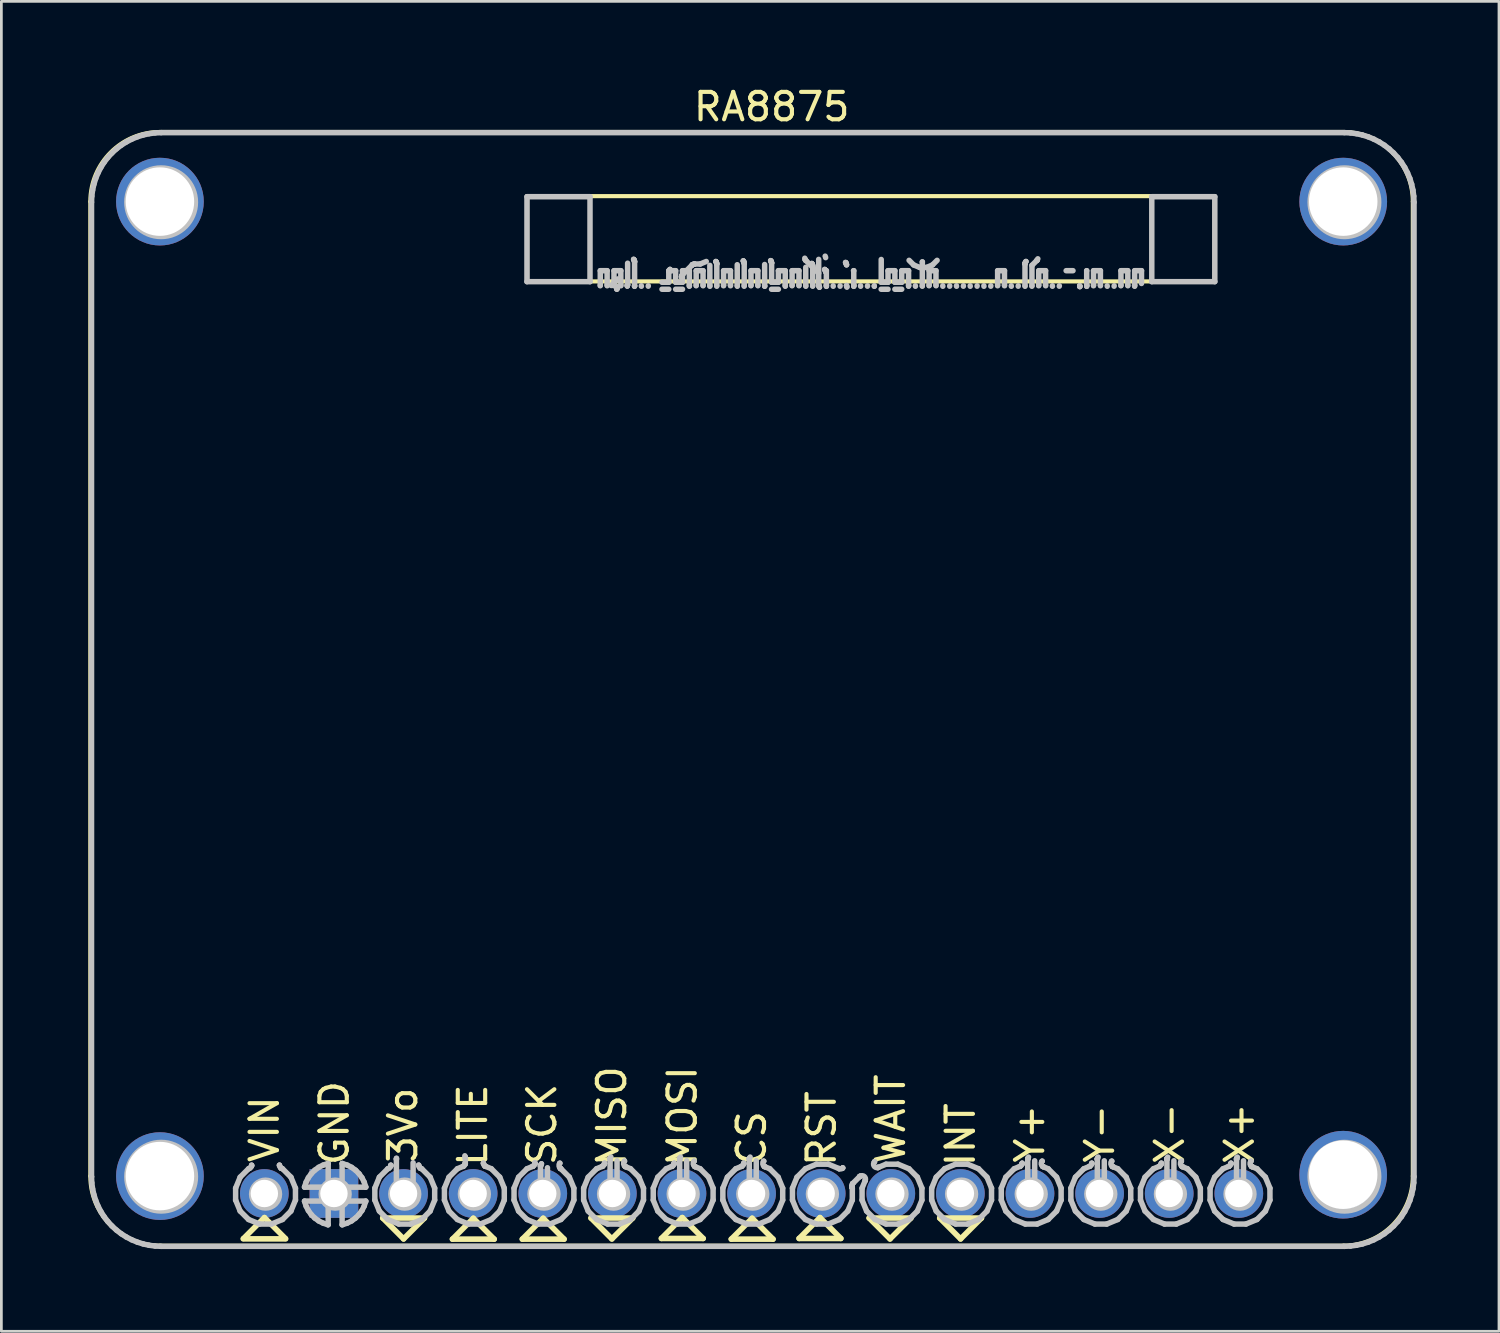
<source format=kicad_pcb>
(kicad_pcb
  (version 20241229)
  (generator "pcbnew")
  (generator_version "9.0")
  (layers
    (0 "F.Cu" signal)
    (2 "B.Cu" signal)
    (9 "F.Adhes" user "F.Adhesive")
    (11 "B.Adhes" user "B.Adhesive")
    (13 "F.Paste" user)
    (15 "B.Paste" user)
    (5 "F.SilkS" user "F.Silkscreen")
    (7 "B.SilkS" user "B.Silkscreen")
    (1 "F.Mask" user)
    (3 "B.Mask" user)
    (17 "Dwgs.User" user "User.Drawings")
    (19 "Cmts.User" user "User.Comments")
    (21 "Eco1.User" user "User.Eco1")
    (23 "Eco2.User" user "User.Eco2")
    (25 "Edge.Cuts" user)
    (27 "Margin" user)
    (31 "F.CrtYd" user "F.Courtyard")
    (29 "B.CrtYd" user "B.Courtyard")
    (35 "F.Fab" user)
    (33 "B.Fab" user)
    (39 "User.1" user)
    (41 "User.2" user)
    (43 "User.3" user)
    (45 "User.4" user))
  (footprint "RA8875"
    (layer "F.Cu")
    (at 0.25 1.758)
    (property "Reference" "RA8875" (at 24.86 -0.91 0) (layer "F.SilkS") (effects (font (size 1 1) (thickness 0.15))))
    (attr through_hole)
    (fp_line (start -0.004 38.109) (end -0.004 2.549) (stroke (width 0.15) (type solid)) (layer "F.SilkS"))
    (fp_line (start 2.536 0.009) (end 45.716 0.009) (stroke (width 0.15) (type solid)) (layer "F.SilkS"))
    (fp_line (start 5.588 40.385) (end 6.35 39.623) (stroke (width 0.203) (type solid)) (layer "F.SilkS"))
    (fp_line (start 6.35 39.623) (end 7.112 40.385) (stroke (width 0.203) (type solid)) (layer "F.SilkS"))
    (fp_line (start 7.125 40.4) (end 5.575 40.4) (stroke (width 0.203) (type solid)) (layer "F.SilkS"))
    (fp_line (start 10.666 39.64) (end 12.19 39.64) (stroke (width 0.203) (type solid)) (layer "F.SilkS"))
    (fp_line (start 11.428 40.402) (end 10.666 39.64) (stroke (width 0.203) (type solid)) (layer "F.SilkS"))
    (fp_line (start 12.19 39.64) (end 11.428 40.402) (stroke (width 0.203) (type solid)) (layer "F.SilkS"))
    (fp_line (start 13.21 40.41) (end 13.972 39.648) (stroke (width 0.203) (type solid)) (layer "F.SilkS"))
    (fp_line (start 13.972 39.648) (end 14.734 40.41) (stroke (width 0.203) (type solid)) (layer "F.SilkS"))
    (fp_line (start 14.734 40.41) (end 13.21 40.41) (stroke (width 0.203) (type solid)) (layer "F.SilkS"))
    (fp_line (start 15.76 40.41) (end 16.522 39.648) (stroke (width 0.203) (type solid)) (layer "F.SilkS"))
    (fp_line (start 15.938 2.349) (end 15.938 2.413) (stroke (width 0.15) (type solid)) (layer "F.SilkS"))
    (fp_line (start 15.938 2.413) (end 15.938 5.461) (stroke (width 0.15) (type solid)) (layer "F.SilkS"))
    (fp_line (start 15.938 5.461) (end 41.021 5.461) (stroke (width 0.15) (type solid)) (layer "F.SilkS"))
    (fp_line (start 16.522 39.648) (end 17.284 40.41) (stroke (width 0.203) (type solid)) (layer "F.SilkS"))
    (fp_line (start 17.284 40.41) (end 15.76 40.41) (stroke (width 0.203) (type solid)) (layer "F.SilkS"))
    (fp_line (start 18.266 39.64) (end 19.79 39.64) (stroke (width 0.203) (type solid)) (layer "F.SilkS"))
    (fp_line (start 19.028 40.402) (end 18.266 39.64) (stroke (width 0.203) (type solid)) (layer "F.SilkS"))
    (fp_line (start 19.79 39.64) (end 19.028 40.402) (stroke (width 0.203) (type solid)) (layer "F.SilkS"))
    (fp_line (start 20.835 40.385) (end 21.597 39.623) (stroke (width 0.203) (type solid)) (layer "F.SilkS"))
    (fp_line (start 21.597 39.623) (end 22.359 40.385) (stroke (width 0.203) (type solid)) (layer "F.SilkS"))
    (fp_line (start 22.359 40.385) (end 20.835 40.385) (stroke (width 0.203) (type solid)) (layer "F.SilkS"))
    (fp_line (start 23.385 40.41) (end 24.147 39.648) (stroke (width 0.203) (type solid)) (layer "F.SilkS"))
    (fp_line (start 24.147 39.648) (end 24.909 40.41) (stroke (width 0.203) (type solid)) (layer "F.SilkS"))
    (fp_line (start 24.909 40.41) (end 23.385 40.41) (stroke (width 0.203) (type solid)) (layer "F.SilkS"))
    (fp_line (start 25.86 40.385) (end 26.622 39.623) (stroke (width 0.203) (type solid)) (layer "F.SilkS"))
    (fp_line (start 26.622 39.623) (end 27.384 40.385) (stroke (width 0.203) (type solid)) (layer "F.SilkS"))
    (fp_line (start 27.384 40.385) (end 25.86 40.385) (stroke (width 0.203) (type solid)) (layer "F.SilkS"))
    (fp_line (start 28.416 39.64) (end 29.94 39.64) (stroke (width 0.203) (type solid)) (layer "F.SilkS"))
    (fp_line (start 29.178 40.402) (end 28.416 39.64) (stroke (width 0.203) (type solid)) (layer "F.SilkS"))
    (fp_line (start 29.94 39.64) (end 29.178 40.402) (stroke (width 0.203) (type solid)) (layer "F.SilkS"))
    (fp_line (start 30.991 39.64) (end 32.515 39.64) (stroke (width 0.203) (type solid)) (layer "F.SilkS"))
    (fp_line (start 31.753 40.402) (end 30.991 39.64) (stroke (width 0.203) (type solid)) (layer "F.SilkS"))
    (fp_line (start 32.515 39.64) (end 31.753 40.402) (stroke (width 0.203) (type solid)) (layer "F.SilkS"))
    (fp_line (start 41.021 2.349) (end 15.938 2.349) (stroke (width 0.15) (type solid)) (layer "F.SilkS"))
    (fp_line (start 41.021 5.461) (end 41.021 2.349) (stroke (width 0.15) (type solid)) (layer "F.SilkS"))
    (fp_line (start 45.716 40.649) (end 2.536 40.649) (stroke (width 0.15) (type solid)) (layer "F.SilkS"))
    (fp_line (start 48.256 2.549) (end 48.256 38.109) (stroke (width 0.15) (type solid)) (layer "F.SilkS"))
    (fp_arc (start -0.0039 2.5486) (mid 0.740049 0.752549) (end 2.5361 0.0086) (stroke (width 0.15) (type solid)) (layer "F.SilkS"))
    (fp_arc (start 2.5361 40.6486) (mid 0.740049 39.904651) (end -0.0039 38.1086) (stroke (width 0.15) (type solid)) (layer "F.SilkS"))
    (fp_arc (start 45.7161 0.0086) (mid 47.512151 0.752549) (end 48.2561 2.5486) (stroke (width 0.15) (type solid)) (layer "F.SilkS"))
    (fp_arc (start 48.2561 38.1086) (mid 47.512151 39.904651) (end 45.7161 40.6486) (stroke (width 0.15) (type solid)) (layer "F.SilkS"))
    (fp_line (start 0.04 2.572) (end 0.04 38.132) (stroke (width 0.2) (type solid)) (layer "Dwgs.User"))
    (fp_line (start 0.04 38.132) (end 0.04 38.132) (stroke (width 0.2) (type solid)) (layer "Dwgs.User"))
    (fp_line (start 0.04 38.132) (end 0.05 38.353) (stroke (width 0.2) (type solid)) (layer "Dwgs.User"))
    (fp_line (start 0.05 2.351) (end 0.04 2.572) (stroke (width 0.2) (type solid)) (layer "Dwgs.User"))
    (fp_line (start 0.05 38.353) (end 0.079 38.573) (stroke (width 0.2) (type solid)) (layer "Dwgs.User"))
    (fp_line (start 0.079 2.131) (end 0.05 2.351) (stroke (width 0.2) (type solid)) (layer "Dwgs.User"))
    (fp_line (start 0.079 38.573) (end 0.127 38.789) (stroke (width 0.2) (type solid)) (layer "Dwgs.User"))
    (fp_line (start 0.127 1.915) (end 0.079 2.131) (stroke (width 0.2) (type solid)) (layer "Dwgs.User"))
    (fp_line (start 0.127 38.789) (end 0.193 39.001) (stroke (width 0.2) (type solid)) (layer "Dwgs.User"))
    (fp_line (start 0.193 1.703) (end 0.127 1.915) (stroke (width 0.2) (type solid)) (layer "Dwgs.User"))
    (fp_line (start 0.193 39.001) (end 0.278 39.205) (stroke (width 0.2) (type solid)) (layer "Dwgs.User"))
    (fp_line (start 0.278 1.499) (end 0.193 1.703) (stroke (width 0.2) (type solid)) (layer "Dwgs.User"))
    (fp_line (start 0.278 39.205) (end 0.38 39.402) (stroke (width 0.2) (type solid)) (layer "Dwgs.User"))
    (fp_line (start 0.38 1.302) (end 0.278 1.499) (stroke (width 0.2) (type solid)) (layer "Dwgs.User"))
    (fp_line (start 0.38 39.402) (end 0.499 39.589) (stroke (width 0.2) (type solid)) (layer "Dwgs.User"))
    (fp_line (start 0.499 1.115) (end 0.38 1.302) (stroke (width 0.2) (type solid)) (layer "Dwgs.User"))
    (fp_line (start 0.499 39.589) (end 0.634 39.765) (stroke (width 0.2) (type solid)) (layer "Dwgs.User"))
    (fp_line (start 0.634 0.939) (end 0.499 1.115) (stroke (width 0.2) (type solid)) (layer "Dwgs.User"))
    (fp_line (start 0.634 39.765) (end 0.784 39.928) (stroke (width 0.2) (type solid)) (layer "Dwgs.User"))
    (fp_line (start 0.784 0.776) (end 0.634 0.939) (stroke (width 0.2) (type solid)) (layer "Dwgs.User"))
    (fp_line (start 0.784 39.928) (end 0.947 40.078) (stroke (width 0.2) (type solid)) (layer "Dwgs.User"))
    (fp_line (start 0.947 0.626) (end 0.784 0.776) (stroke (width 0.2) (type solid)) (layer "Dwgs.User"))
    (fp_line (start 0.947 40.078) (end 1.123 40.213) (stroke (width 0.2) (type solid)) (layer "Dwgs.User"))
    (fp_line (start 1.123 0.491) (end 0.947 0.626) (stroke (width 0.2) (type solid)) (layer "Dwgs.User"))
    (fp_line (start 1.123 40.213) (end 1.31 40.332) (stroke (width 0.2) (type solid)) (layer "Dwgs.User"))
    (fp_line (start 1.31 0.372) (end 1.123 0.491) (stroke (width 0.2) (type solid)) (layer "Dwgs.User"))
    (fp_line (start 1.31 40.332) (end 1.507 40.434) (stroke (width 0.2) (type solid)) (layer "Dwgs.User"))
    (fp_line (start 1.507 0.27) (end 1.31 0.372) (stroke (width 0.2) (type solid)) (layer "Dwgs.User"))
    (fp_line (start 1.507 40.434) (end 1.711 40.519) (stroke (width 0.2) (type solid)) (layer "Dwgs.User"))
    (fp_line (start 1.711 0.185) (end 1.507 0.27) (stroke (width 0.2) (type solid)) (layer "Dwgs.User"))
    (fp_line (start 1.711 40.519) (end 1.923 40.585) (stroke (width 0.2) (type solid)) (layer "Dwgs.User"))
    (fp_line (start 1.923 0.119) (end 1.711 0.185) (stroke (width 0.2) (type solid)) (layer "Dwgs.User"))
    (fp_line (start 1.923 40.585) (end 2.139 40.633) (stroke (width 0.2) (type solid)) (layer "Dwgs.User"))
    (fp_line (start 2.139 0.071) (end 1.923 0.119) (stroke (width 0.2) (type solid)) (layer "Dwgs.User"))
    (fp_line (start 2.139 40.633) (end 2.359 40.662) (stroke (width 0.2) (type solid)) (layer "Dwgs.User"))
    (fp_line (start 2.359 0.042) (end 2.139 0.071) (stroke (width 0.2) (type solid)) (layer "Dwgs.User"))
    (fp_line (start 2.359 40.662) (end 2.58 40.672) (stroke (width 0.2) (type solid)) (layer "Dwgs.User"))
    (fp_line (start 2.58 0.032) (end 2.359 0.042) (stroke (width 0.2) (type solid)) (layer "Dwgs.User"))
    (fp_line (start 2.58 40.672) (end 45.76 40.672) (stroke (width 0.2) (type solid)) (layer "Dwgs.User"))
    (fp_line (start 5.298 38.55) (end 5.464 38.148) (stroke (width 0.2) (type solid)) (layer "Dwgs.User"))
    (fp_line (start 5.298 38.984) (end 5.298 38.55) (stroke (width 0.2) (type solid)) (layer "Dwgs.User"))
    (fp_line (start 5.464 38.148) (end 5.771 37.841) (stroke (width 0.2) (type solid)) (layer "Dwgs.User"))
    (fp_line (start 5.464 39.386) (end 5.298 38.984) (stroke (width 0.2) (type solid)) (layer "Dwgs.User"))
    (fp_line (start 5.771 37.841) (end 5.804 37.828) (stroke (width 0.2) (type solid)) (layer "Dwgs.User"))
    (fp_line (start 5.771 39.693) (end 5.464 39.386) (stroke (width 0.2) (type solid)) (layer "Dwgs.User"))
    (fp_line (start 5.878 37.743) (end 5.879 37.735) (stroke (width 0.2) (type solid)) (layer "Dwgs.User"))
    (fp_line (start 5.879 37.735) (end 5.882 37.719) (stroke (width 0.2) (type solid)) (layer "Dwgs.User"))
    (fp_line (start 5.882 37.714) (end 5.882 37.71) (stroke (width 0.2) (type solid)) (layer "Dwgs.User"))
    (fp_line (start 5.882 37.719) (end 5.882 37.714) (stroke (width 0.2) (type solid)) (layer "Dwgs.User"))
    (fp_line (start 6.085 38.767) (end 6.088 38.811) (stroke (width 0.2) (type solid)) (layer "Dwgs.User"))
    (fp_line (start 6.085 38.767) (end 6.088 38.811) (stroke (width 0.2) (type solid)) (layer "Dwgs.User"))
    (fp_line (start 6.173 39.859) (end 5.771 39.693) (stroke (width 0.2) (type solid)) (layer "Dwgs.User"))
    (fp_line (start 6.391 39.072) (end 6.435 39.068) (stroke (width 0.2) (type solid)) (layer "Dwgs.User"))
    (fp_line (start 6.391 39.072) (end 6.435 39.068) (stroke (width 0.2) (type solid)) (layer "Dwgs.User"))
    (fp_line (start 6.607 39.859) (end 6.173 39.859) (stroke (width 0.2) (type solid)) (layer "Dwgs.User"))
    (fp_line (start 6.898 37.71) (end 6.898 37.713) (stroke (width 0.2) (type solid)) (layer "Dwgs.User"))
    (fp_line (start 6.898 37.713) (end 6.898 37.715) (stroke (width 0.2) (type solid)) (layer "Dwgs.User"))
    (fp_line (start 6.948 37.812) (end 6.955 37.816) (stroke (width 0.2) (type solid)) (layer "Dwgs.User"))
    (fp_line (start 6.955 37.816) (end 6.968 37.824) (stroke (width 0.2) (type solid)) (layer "Dwgs.User"))
    (fp_line (start 6.968 37.824) (end 6.973 37.826) (stroke (width 0.2) (type solid)) (layer "Dwgs.User"))
    (fp_line (start 6.973 37.826) (end 6.976 37.828) (stroke (width 0.2) (type solid)) (layer "Dwgs.User"))
    (fp_line (start 6.976 37.828) (end 7.009 37.841) (stroke (width 0.2) (type solid)) (layer "Dwgs.User"))
    (fp_line (start 7.009 39.693) (end 6.607 39.859) (stroke (width 0.2) (type solid)) (layer "Dwgs.User"))
    (fp_line (start 7.009 37.841) (end 7.316 38.148) (stroke (width 0.2) (type solid)) (layer "Dwgs.User"))
    (fp_line (start 7.316 38.148) (end 7.482 38.55) (stroke (width 0.2) (type solid)) (layer "Dwgs.User"))
    (fp_line (start 7.316 39.386) (end 7.009 39.693) (stroke (width 0.2) (type solid)) (layer "Dwgs.User"))
    (fp_line (start 7.482 38.55) (end 7.482 38.984) (stroke (width 0.2) (type solid)) (layer "Dwgs.User"))
    (fp_line (start 7.482 38.984) (end 7.316 39.386) (stroke (width 0.2) (type solid)) (layer "Dwgs.User"))
    (fp_line (start 7.813 38.513) (end 7.815 38.499) (stroke (width 0.2) (type solid)) (layer "Dwgs.User"))
    (fp_line (start 7.813 39.021) (end 8.676 39.021) (stroke (width 0.2) (type solid)) (layer "Dwgs.User"))
    (fp_line (start 7.815 38.499) (end 7.871 38.328) (stroke (width 0.2) (type solid)) (layer "Dwgs.User"))
    (fp_line (start 7.815 39.035) (end 7.813 39.021) (stroke (width 0.2) (type solid)) (layer "Dwgs.User"))
    (fp_line (start 7.871 38.328) (end 7.952 38.168) (stroke (width 0.2) (type solid)) (layer "Dwgs.User"))
    (fp_line (start 7.871 39.206) (end 7.815 39.035) (stroke (width 0.2) (type solid)) (layer "Dwgs.User"))
    (fp_line (start 7.952 38.168) (end 8.058 38.022) (stroke (width 0.2) (type solid)) (layer "Dwgs.User"))
    (fp_line (start 7.952 39.366) (end 7.871 39.206) (stroke (width 0.2) (type solid)) (layer "Dwgs.User"))
    (fp_line (start 8.058 38.022) (end 8.185 37.895) (stroke (width 0.2) (type solid)) (layer "Dwgs.User"))
    (fp_line (start 8.058 39.512) (end 7.952 39.366) (stroke (width 0.2) (type solid)) (layer "Dwgs.User"))
    (fp_line (start 8.185 37.895) (end 8.331 37.789) (stroke (width 0.2) (type solid)) (layer "Dwgs.User"))
    (fp_line (start 8.185 39.639) (end 8.058 39.512) (stroke (width 0.2) (type solid)) (layer "Dwgs.User"))
    (fp_line (start 8.331 37.789) (end 8.491 37.708) (stroke (width 0.2) (type solid)) (layer "Dwgs.User"))
    (fp_line (start 8.331 39.745) (end 8.185 39.639) (stroke (width 0.2) (type solid)) (layer "Dwgs.User"))
    (fp_line (start 8.491 37.708) (end 8.662 37.652) (stroke (width 0.2) (type solid)) (layer "Dwgs.User"))
    (fp_line (start 8.491 39.826) (end 8.331 39.745) (stroke (width 0.2) (type solid)) (layer "Dwgs.User"))
    (fp_line (start 8.662 37.652) (end 8.676 37.65) (stroke (width 0.2) (type solid)) (layer "Dwgs.User"))
    (fp_line (start 8.662 39.882) (end 8.491 39.826) (stroke (width 0.2) (type solid)) (layer "Dwgs.User"))
    (fp_line (start 8.676 37.65) (end 8.676 38.513) (stroke (width 0.2) (type solid)) (layer "Dwgs.User"))
    (fp_line (start 8.676 38.513) (end 7.813 38.513) (stroke (width 0.2) (type solid)) (layer "Dwgs.User"))
    (fp_line (start 8.676 39.021) (end 8.676 39.884) (stroke (width 0.2) (type solid)) (layer "Dwgs.User"))
    (fp_line (start 8.676 39.884) (end 8.662 39.882) (stroke (width 0.2) (type solid)) (layer "Dwgs.User"))
    (fp_line (start 8.93 38.767) (end 8.93 38.767) (stroke (width 0.2) (type solid)) (layer "Dwgs.User"))
    (fp_line (start 8.93 38.767) (end 8.93 38.767) (stroke (width 0.2) (type solid)) (layer "Dwgs.User"))
    (fp_line (start 8.93 38.767) (end 8.93 38.767) (stroke (width 0.2) (type solid)) (layer "Dwgs.User"))
    (fp_line (start 8.93 38.767) (end 8.93 38.767) (stroke (width 0.2) (type solid)) (layer "Dwgs.User"))
    (fp_line (start 9.184 37.65) (end 9.198 37.652) (stroke (width 0.2) (type solid)) (layer "Dwgs.User"))
    (fp_line (start 9.184 38.513) (end 9.184 37.65) (stroke (width 0.2) (type solid)) (layer "Dwgs.User"))
    (fp_line (start 9.184 39.021) (end 10.047 39.021) (stroke (width 0.2) (type solid)) (layer "Dwgs.User"))
    (fp_line (start 9.184 39.884) (end 9.184 39.021) (stroke (width 0.2) (type solid)) (layer "Dwgs.User"))
    (fp_line (start 9.198 37.652) (end 9.369 37.708) (stroke (width 0.2) (type solid)) (layer "Dwgs.User"))
    (fp_line (start 9.198 39.882) (end 9.184 39.884) (stroke (width 0.2) (type solid)) (layer "Dwgs.User"))
    (fp_line (start 9.369 37.708) (end 9.529 37.789) (stroke (width 0.2) (type solid)) (layer "Dwgs.User"))
    (fp_line (start 9.369 39.826) (end 9.198 39.882) (stroke (width 0.2) (type solid)) (layer "Dwgs.User"))
    (fp_line (start 9.529 37.789) (end 9.675 37.895) (stroke (width 0.2) (type solid)) (layer "Dwgs.User"))
    (fp_line (start 9.529 39.745) (end 9.369 39.826) (stroke (width 0.2) (type solid)) (layer "Dwgs.User"))
    (fp_line (start 9.675 37.895) (end 9.802 38.022) (stroke (width 0.2) (type solid)) (layer "Dwgs.User"))
    (fp_line (start 9.675 39.639) (end 9.529 39.745) (stroke (width 0.2) (type solid)) (layer "Dwgs.User"))
    (fp_line (start 9.802 38.022) (end 9.908 38.168) (stroke (width 0.2) (type solid)) (layer "Dwgs.User"))
    (fp_line (start 9.802 39.512) (end 9.675 39.639) (stroke (width 0.2) (type solid)) (layer "Dwgs.User"))
    (fp_line (start 9.908 38.168) (end 9.989 38.328) (stroke (width 0.2) (type solid)) (layer "Dwgs.User"))
    (fp_line (start 9.908 39.366) (end 9.802 39.512) (stroke (width 0.2) (type solid)) (layer "Dwgs.User"))
    (fp_line (start 9.989 38.328) (end 10.045 38.499) (stroke (width 0.2) (type solid)) (layer "Dwgs.User"))
    (fp_line (start 9.989 39.206) (end 9.908 39.366) (stroke (width 0.2) (type solid)) (layer "Dwgs.User"))
    (fp_line (start 10.045 38.499) (end 10.047 38.513) (stroke (width 0.2) (type solid)) (layer "Dwgs.User"))
    (fp_line (start 10.045 39.035) (end 9.989 39.206) (stroke (width 0.2) (type solid)) (layer "Dwgs.User"))
    (fp_line (start 10.047 39.021) (end 10.045 39.035) (stroke (width 0.2) (type solid)) (layer "Dwgs.User"))
    (fp_line (start 10.047 38.513) (end 9.184 38.513) (stroke (width 0.2) (type solid)) (layer "Dwgs.User"))
    (fp_line (start 10.378 38.55) (end 10.544 38.148) (stroke (width 0.2) (type solid)) (layer "Dwgs.User"))
    (fp_line (start 10.378 38.984) (end 10.378 38.55) (stroke (width 0.2) (type solid)) (layer "Dwgs.User"))
    (fp_line (start 10.544 38.148) (end 10.851 37.841) (stroke (width 0.2) (type solid)) (layer "Dwgs.User"))
    (fp_line (start 10.544 39.386) (end 10.378 38.984) (stroke (width 0.2) (type solid)) (layer "Dwgs.User"))
    (fp_line (start 10.851 37.841) (end 10.884 37.828) (stroke (width 0.2) (type solid)) (layer "Dwgs.User"))
    (fp_line (start 10.851 39.693) (end 10.544 39.386) (stroke (width 0.2) (type solid)) (layer "Dwgs.User"))
    (fp_line (start 10.958 37.743) (end 10.959 37.735) (stroke (width 0.2) (type solid)) (layer "Dwgs.User"))
    (fp_line (start 10.959 37.735) (end 10.962 37.719) (stroke (width 0.2) (type solid)) (layer "Dwgs.User"))
    (fp_line (start 10.962 37.714) (end 10.962 37.71) (stroke (width 0.2) (type solid)) (layer "Dwgs.User"))
    (fp_line (start 10.962 37.719) (end 10.962 37.714) (stroke (width 0.2) (type solid)) (layer "Dwgs.User"))
    (fp_line (start 11.165 37.497) (end 11.165 38.767) (stroke (width 0.2) (type solid)) (layer "Dwgs.User"))
    (fp_line (start 11.165 38.767) (end 11.168 38.811) (stroke (width 0.2) (type solid)) (layer "Dwgs.User"))
    (fp_line (start 11.165 38.767) (end 11.168 38.811) (stroke (width 0.2) (type solid)) (layer "Dwgs.User"))
    (fp_line (start 11.166 37.486) (end 11.165 37.497) (stroke (width 0.2) (type solid)) (layer "Dwgs.User"))
    (fp_line (start 11.167 37.467) (end 11.166 37.486) (stroke (width 0.2) (type solid)) (layer "Dwgs.User"))
    (fp_line (start 11.168 37.456) (end 11.167 37.467) (stroke (width 0.2) (type solid)) (layer "Dwgs.User"))
    (fp_line (start 11.253 39.859) (end 10.851 39.693) (stroke (width 0.2) (type solid)) (layer "Dwgs.User"))
    (fp_line (start 11.471 39.072) (end 11.515 39.068) (stroke (width 0.2) (type solid)) (layer "Dwgs.User"))
    (fp_line (start 11.687 39.859) (end 11.253 39.859) (stroke (width 0.2) (type solid)) (layer "Dwgs.User"))
    (fp_line (start 11.775 38.767) (end 11.775 37.623) (stroke (width 0.2) (type solid)) (layer "Dwgs.User"))
    (fp_line (start 11.978 37.71) (end 11.978 37.713) (stroke (width 0.2) (type solid)) (layer "Dwgs.User"))
    (fp_line (start 11.978 37.713) (end 11.978 37.715) (stroke (width 0.2) (type solid)) (layer "Dwgs.User"))
    (fp_line (start 12.028 37.812) (end 12.035 37.816) (stroke (width 0.2) (type solid)) (layer "Dwgs.User"))
    (fp_line (start 12.035 37.816) (end 12.048 37.824) (stroke (width 0.2) (type solid)) (layer "Dwgs.User"))
    (fp_line (start 12.048 37.824) (end 12.053 37.826) (stroke (width 0.2) (type solid)) (layer "Dwgs.User"))
    (fp_line (start 12.053 37.826) (end 12.056 37.828) (stroke (width 0.2) (type solid)) (layer "Dwgs.User"))
    (fp_line (start 12.056 37.828) (end 12.089 37.841) (stroke (width 0.2) (type solid)) (layer "Dwgs.User"))
    (fp_line (start 12.089 39.693) (end 11.687 39.859) (stroke (width 0.2) (type solid)) (layer "Dwgs.User"))
    (fp_line (start 12.089 37.841) (end 12.396 38.148) (stroke (width 0.2) (type solid)) (layer "Dwgs.User"))
    (fp_line (start 12.396 38.148) (end 12.562 38.55) (stroke (width 0.2) (type solid)) (layer "Dwgs.User"))
    (fp_line (start 12.396 39.386) (end 12.089 39.693) (stroke (width 0.2) (type solid)) (layer "Dwgs.User"))
    (fp_line (start 12.562 38.55) (end 12.562 38.984) (stroke (width 0.2) (type solid)) (layer "Dwgs.User"))
    (fp_line (start 12.562 38.984) (end 12.396 39.386) (stroke (width 0.2) (type solid)) (layer "Dwgs.User"))
    (fp_line (start 12.918 38.55) (end 13.084 38.148) (stroke (width 0.2) (type solid)) (layer "Dwgs.User"))
    (fp_line (start 12.918 38.984) (end 12.918 38.55) (stroke (width 0.2) (type solid)) (layer "Dwgs.User"))
    (fp_line (start 13.084 38.148) (end 13.391 37.841) (stroke (width 0.2) (type solid)) (layer "Dwgs.User"))
    (fp_line (start 13.084 39.386) (end 12.918 38.984) (stroke (width 0.2) (type solid)) (layer "Dwgs.User"))
    (fp_line (start 13.391 37.841) (end 13.601 37.754) (stroke (width 0.2) (type solid)) (layer "Dwgs.User"))
    (fp_line (start 13.391 39.693) (end 13.084 39.386) (stroke (width 0.2) (type solid)) (layer "Dwgs.User"))
    (fp_line (start 13.601 37.754) (end 13.603 37.753) (stroke (width 0.2) (type solid)) (layer "Dwgs.User"))
    (fp_line (start 13.603 37.753) (end 13.605 37.752) (stroke (width 0.2) (type solid)) (layer "Dwgs.User"))
    (fp_line (start 13.676 37.669) (end 13.677 37.661) (stroke (width 0.2) (type solid)) (layer "Dwgs.User"))
    (fp_line (start 13.677 37.661) (end 13.68 37.645) (stroke (width 0.2) (type solid)) (layer "Dwgs.User"))
    (fp_line (start 13.679 37.427) (end 13.679 37.422) (stroke (width 0.2) (type solid)) (layer "Dwgs.User"))
    (fp_line (start 13.679 37.641) (end 13.68 37.637) (stroke (width 0.2) (type solid)) (layer "Dwgs.User"))
    (fp_line (start 13.68 37.645) (end 13.679 37.641) (stroke (width 0.2) (type solid)) (layer "Dwgs.User"))
    (fp_line (start 13.68 37.432) (end 13.679 37.427) (stroke (width 0.2) (type solid)) (layer "Dwgs.User"))
    (fp_line (start 13.68 37.637) (end 13.68 37.432) (stroke (width 0.2) (type solid)) (layer "Dwgs.User"))
    (fp_line (start 13.793 39.859) (end 13.391 39.693) (stroke (width 0.2) (type solid)) (layer "Dwgs.User"))
    (fp_line (start 13.883 38.767) (end 13.886 38.795) (stroke (width 0.2) (type solid)) (layer "Dwgs.User"))
    (fp_line (start 14.008 38.894) (end 14.036 38.891) (stroke (width 0.2) (type solid)) (layer "Dwgs.User"))
    (fp_line (start 14.133 38.799) (end 14.137 38.767) (stroke (width 0.2) (type solid)) (layer "Dwgs.User"))
    (fp_line (start 14.227 39.859) (end 13.793 39.859) (stroke (width 0.2) (type solid)) (layer "Dwgs.User"))
    (fp_line (start 14.34 37.637) (end 14.34 37.639) (stroke (width 0.2) (type solid)) (layer "Dwgs.User"))
    (fp_line (start 14.34 37.639) (end 14.34 37.641) (stroke (width 0.2) (type solid)) (layer "Dwgs.User"))
    (fp_line (start 14.39 37.738) (end 14.397 37.742) (stroke (width 0.2) (type solid)) (layer "Dwgs.User"))
    (fp_line (start 14.397 37.742) (end 14.411 37.75) (stroke (width 0.2) (type solid)) (layer "Dwgs.User"))
    (fp_line (start 14.411 37.75) (end 14.415 37.752) (stroke (width 0.2) (type solid)) (layer "Dwgs.User"))
    (fp_line (start 14.415 37.752) (end 14.419 37.754) (stroke (width 0.2) (type solid)) (layer "Dwgs.User"))
    (fp_line (start 14.419 37.754) (end 14.629 37.841) (stroke (width 0.2) (type solid)) (layer "Dwgs.User"))
    (fp_line (start 14.629 39.693) (end 14.227 39.859) (stroke (width 0.2) (type solid)) (layer "Dwgs.User"))
    (fp_line (start 14.629 37.841) (end 14.936 38.148) (stroke (width 0.2) (type solid)) (layer "Dwgs.User"))
    (fp_line (start 14.936 38.148) (end 15.102 38.55) (stroke (width 0.2) (type solid)) (layer "Dwgs.User"))
    (fp_line (start 14.936 39.386) (end 14.629 39.693) (stroke (width 0.2) (type solid)) (layer "Dwgs.User"))
    (fp_line (start 15.102 38.55) (end 15.102 38.984) (stroke (width 0.2) (type solid)) (layer "Dwgs.User"))
    (fp_line (start 15.102 38.984) (end 14.936 39.386) (stroke (width 0.2) (type solid)) (layer "Dwgs.User"))
    (fp_line (start 15.458 38.55) (end 15.624 38.148) (stroke (width 0.2) (type solid)) (layer "Dwgs.User"))
    (fp_line (start 15.458 38.984) (end 15.458 38.55) (stroke (width 0.2) (type solid)) (layer "Dwgs.User"))
    (fp_line (start 15.624 38.148) (end 15.931 37.841) (stroke (width 0.2) (type solid)) (layer "Dwgs.User"))
    (fp_line (start 15.624 39.386) (end 15.458 38.984) (stroke (width 0.2) (type solid)) (layer "Dwgs.User"))
    (fp_line (start 15.93 2.37) (end 15.93 5.47) (stroke (width 0.2) (type solid)) (layer "Dwgs.User"))
    (fp_line (start 15.93 5.47) (end 18.23 5.47) (stroke (width 0.2) (type solid)) (layer "Dwgs.User"))
    (fp_line (start 15.931 37.841) (end 16.141 37.754) (stroke (width 0.2) (type solid)) (layer "Dwgs.User"))
    (fp_line (start 15.931 39.693) (end 15.624 39.386) (stroke (width 0.2) (type solid)) (layer "Dwgs.User"))
    (fp_line (start 16.141 37.754) (end 16.143 37.753) (stroke (width 0.2) (type solid)) (layer "Dwgs.User"))
    (fp_line (start 16.143 37.753) (end 16.145 37.752) (stroke (width 0.2) (type solid)) (layer "Dwgs.User"))
    (fp_line (start 16.216 37.669) (end 16.217 37.661) (stroke (width 0.2) (type solid)) (layer "Dwgs.User"))
    (fp_line (start 16.217 37.661) (end 16.22 37.645) (stroke (width 0.2) (type solid)) (layer "Dwgs.User"))
    (fp_line (start 16.219 37.641) (end 16.22 37.637) (stroke (width 0.2) (type solid)) (layer "Dwgs.User"))
    (fp_line (start 16.22 37.645) (end 16.219 37.641) (stroke (width 0.2) (type solid)) (layer "Dwgs.User"))
    (fp_line (start 16.22 37.637) (end 16.22 37.614) (stroke (width 0.2) (type solid)) (layer "Dwgs.User"))
    (fp_line (start 16.333 39.859) (end 15.931 39.693) (stroke (width 0.2) (type solid)) (layer "Dwgs.User"))
    (fp_line (start 16.423 37.751) (end 16.423 38.767) (stroke (width 0.2) (type solid)) (layer "Dwgs.User"))
    (fp_line (start 16.423 38.767) (end 16.426 38.795) (stroke (width 0.2) (type solid)) (layer "Dwgs.User"))
    (fp_line (start 16.424 37.745) (end 16.423 37.751) (stroke (width 0.2) (type solid)) (layer "Dwgs.User"))
    (fp_line (start 16.424 37.736) (end 16.424 37.745) (stroke (width 0.2) (type solid)) (layer "Dwgs.User"))
    (fp_line (start 16.426 37.726) (end 16.424 37.736) (stroke (width 0.2) (type solid)) (layer "Dwgs.User"))
    (fp_line (start 16.427 37.719) (end 16.426 37.726) (stroke (width 0.2) (type solid)) (layer "Dwgs.User"))
    (fp_line (start 16.457 37.665) (end 16.453 37.669) (stroke (width 0.2) (type solid)) (layer "Dwgs.User"))
    (fp_line (start 16.46 37.661) (end 16.457 37.665) (stroke (width 0.2) (type solid)) (layer "Dwgs.User"))
    (fp_line (start 16.548 38.894) (end 16.576 38.891) (stroke (width 0.2) (type solid)) (layer "Dwgs.User"))
    (fp_line (start 16.673 38.799) (end 16.677 38.767) (stroke (width 0.2) (type solid)) (layer "Dwgs.User"))
    (fp_line (start 16.677 38.767) (end 16.677 37.804) (stroke (width 0.2) (type solid)) (layer "Dwgs.User"))
    (fp_line (start 16.767 39.859) (end 16.333 39.859) (stroke (width 0.2) (type solid)) (layer "Dwgs.User"))
    (fp_line (start 17.126 37.643) (end 17.119 37.651) (stroke (width 0.2) (type solid)) (layer "Dwgs.User"))
    (fp_line (start 17.132 37.636) (end 17.126 37.643) (stroke (width 0.2) (type solid)) (layer "Dwgs.User"))
    (fp_line (start 17.145 37.827) (end 17.149 37.829) (stroke (width 0.2) (type solid)) (layer "Dwgs.User"))
    (fp_line (start 17.149 37.829) (end 17.152 37.832) (stroke (width 0.2) (type solid)) (layer "Dwgs.User"))
    (fp_line (start 17.152 37.832) (end 17.166 37.839) (stroke (width 0.2) (type solid)) (layer "Dwgs.User"))
    (fp_line (start 17.166 37.839) (end 17.167 37.839) (stroke (width 0.2) (type solid)) (layer "Dwgs.User"))
    (fp_line (start 17.167 37.839) (end 17.476 38.148) (stroke (width 0.2) (type solid)) (layer "Dwgs.User"))
    (fp_line (start 17.169 39.693) (end 16.767 39.859) (stroke (width 0.2) (type solid)) (layer "Dwgs.User"))
    (fp_line (start 17.476 38.148) (end 17.642 38.55) (stroke (width 0.2) (type solid)) (layer "Dwgs.User"))
    (fp_line (start 17.476 39.386) (end 17.169 39.693) (stroke (width 0.2) (type solid)) (layer "Dwgs.User"))
    (fp_line (start 17.642 38.55) (end 17.642 38.984) (stroke (width 0.2) (type solid)) (layer "Dwgs.User"))
    (fp_line (start 17.642 38.984) (end 17.476 39.386) (stroke (width 0.2) (type solid)) (layer "Dwgs.User"))
    (fp_line (start 17.998 38.55) (end 18.164 38.148) (stroke (width 0.2) (type solid)) (layer "Dwgs.User"))
    (fp_line (start 17.998 38.984) (end 17.998 38.55) (stroke (width 0.2) (type solid)) (layer "Dwgs.User"))
    (fp_line (start 18.164 38.148) (end 18.471 37.841) (stroke (width 0.2) (type solid)) (layer "Dwgs.User"))
    (fp_line (start 18.164 39.386) (end 17.998 38.984) (stroke (width 0.2) (type solid)) (layer "Dwgs.User"))
    (fp_line (start 18.23 2.37) (end 15.93 2.37) (stroke (width 0.2) (type solid)) (layer "Dwgs.User"))
    (fp_line (start 18.23 5.47) (end 18.23 2.37) (stroke (width 0.2) (type solid)) (layer "Dwgs.User"))
    (fp_line (start 18.471 37.841) (end 18.681 37.754) (stroke (width 0.2) (type solid)) (layer "Dwgs.User"))
    (fp_line (start 18.471 39.693) (end 18.164 39.386) (stroke (width 0.2) (type solid)) (layer "Dwgs.User"))
    (fp_line (start 18.605 5.07) (end 18.605 5.604) (stroke (width 0.2) (type solid)) (layer "Dwgs.User"))
    (fp_line (start 18.605 5.604) (end 18.603 5.62) (stroke (width 0.2) (type solid)) (layer "Dwgs.User"))
    (fp_line (start 18.681 37.754) (end 18.683 37.753) (stroke (width 0.2) (type solid)) (layer "Dwgs.User"))
    (fp_line (start 18.683 37.753) (end 18.685 37.752) (stroke (width 0.2) (type solid)) (layer "Dwgs.User"))
    (fp_line (start 18.756 37.669) (end 18.757 37.661) (stroke (width 0.2) (type solid)) (layer "Dwgs.User"))
    (fp_line (start 18.757 37.661) (end 18.76 37.645) (stroke (width 0.2) (type solid)) (layer "Dwgs.User"))
    (fp_line (start 18.759 37.641) (end 18.76 37.637) (stroke (width 0.2) (type solid)) (layer "Dwgs.User"))
    (fp_line (start 18.76 37.645) (end 18.759 37.641) (stroke (width 0.2) (type solid)) (layer "Dwgs.User"))
    (fp_line (start 18.855 5.07) (end 18.605 5.07) (stroke (width 0.2) (type solid)) (layer "Dwgs.User"))
    (fp_line (start 18.855 5.602) (end 18.855 5.07) (stroke (width 0.2) (type solid)) (layer "Dwgs.User"))
    (fp_line (start 18.857 5.62) (end 18.855 5.602) (stroke (width 0.2) (type solid)) (layer "Dwgs.User"))
    (fp_line (start 18.873 39.859) (end 18.471 39.693) (stroke (width 0.2) (type solid)) (layer "Dwgs.User"))
    (fp_line (start 18.963 37.497) (end 18.963 38.767) (stroke (width 0.2) (type solid)) (layer "Dwgs.User"))
    (fp_line (start 18.963 38.767) (end 18.966 38.795) (stroke (width 0.2) (type solid)) (layer "Dwgs.User"))
    (fp_line (start 18.964 37.491) (end 18.963 37.497) (stroke (width 0.2) (type solid)) (layer "Dwgs.User"))
    (fp_line (start 18.964 37.482) (end 18.964 37.491) (stroke (width 0.2) (type solid)) (layer "Dwgs.User"))
    (fp_line (start 18.966 37.472) (end 18.964 37.482) (stroke (width 0.2) (type solid)) (layer "Dwgs.User"))
    (fp_line (start 18.967 37.465) (end 18.966 37.472) (stroke (width 0.2) (type solid)) (layer "Dwgs.User"))
    (fp_line (start 19.006 5.61) (end 19.236 5.38) (stroke (width 0.2) (type solid)) (layer "Dwgs.User"))
    (fp_line (start 19.088 38.894) (end 19.116 38.891) (stroke (width 0.2) (type solid)) (layer "Dwgs.User"))
    (fp_line (start 19.105 5.07) (end 19.105 5.604) (stroke (width 0.2) (type solid)) (layer "Dwgs.User"))
    (fp_line (start 19.105 5.604) (end 19.103 5.62) (stroke (width 0.2) (type solid)) (layer "Dwgs.User"))
    (fp_line (start 19.21 5.741) (end 19.209 5.747) (stroke (width 0.2) (type solid)) (layer "Dwgs.User"))
    (fp_line (start 19.21 5.732) (end 19.21 5.741) (stroke (width 0.2) (type solid)) (layer "Dwgs.User"))
    (fp_line (start 19.212 5.722) (end 19.21 5.732) (stroke (width 0.2) (type solid)) (layer "Dwgs.User"))
    (fp_line (start 19.213 38.799) (end 19.217 38.767) (stroke (width 0.2) (type solid)) (layer "Dwgs.User"))
    (fp_line (start 19.213 5.715) (end 19.212 5.722) (stroke (width 0.2) (type solid)) (layer "Dwgs.User"))
    (fp_line (start 19.217 38.767) (end 19.217 37.55) (stroke (width 0.2) (type solid)) (layer "Dwgs.User"))
    (fp_line (start 19.236 5.38) (end 19.236 5.38) (stroke (width 0.2) (type solid)) (layer "Dwgs.User"))
    (fp_line (start 19.243 5.661) (end 19.239 5.665) (stroke (width 0.2) (type solid)) (layer "Dwgs.User"))
    (fp_line (start 19.246 5.657) (end 19.243 5.661) (stroke (width 0.2) (type solid)) (layer "Dwgs.User"))
    (fp_line (start 19.307 39.859) (end 18.873 39.859) (stroke (width 0.2) (type solid)) (layer "Dwgs.User"))
    (fp_line (start 19.355 5.07) (end 19.105 5.07) (stroke (width 0.2) (type solid)) (layer "Dwgs.User"))
    (fp_line (start 19.355 5.602) (end 19.355 5.07) (stroke (width 0.2) (type solid)) (layer "Dwgs.User"))
    (fp_line (start 19.357 5.62) (end 19.355 5.602) (stroke (width 0.2) (type solid)) (layer "Dwgs.User"))
    (fp_line (start 19.486 37.569) (end 19.48 37.576) (stroke (width 0.2) (type solid)) (layer "Dwgs.User"))
    (fp_line (start 19.493 37.561) (end 19.486 37.569) (stroke (width 0.2) (type solid)) (layer "Dwgs.User"))
    (fp_line (start 19.506 37.752) (end 19.509 37.754) (stroke (width 0.2) (type solid)) (layer "Dwgs.User"))
    (fp_line (start 19.509 37.754) (end 19.513 37.757) (stroke (width 0.2) (type solid)) (layer "Dwgs.User"))
    (fp_line (start 19.513 37.757) (end 19.527 37.765) (stroke (width 0.2) (type solid)) (layer "Dwgs.User"))
    (fp_line (start 19.527 37.765) (end 19.534 37.769) (stroke (width 0.2) (type solid)) (layer "Dwgs.User"))
    (fp_line (start 19.534 37.769) (end 19.709 37.841) (stroke (width 0.2) (type solid)) (layer "Dwgs.User"))
    (fp_line (start 19.591 5.627) (end 19.59 5.633) (stroke (width 0.2) (type solid)) (layer "Dwgs.User"))
    (fp_line (start 19.591 5.618) (end 19.591 5.627) (stroke (width 0.2) (type solid)) (layer "Dwgs.User"))
    (fp_line (start 19.593 5.608) (end 19.591 5.618) (stroke (width 0.2) (type solid)) (layer "Dwgs.User"))
    (fp_line (start 19.594 5.601) (end 19.593 5.608) (stroke (width 0.2) (type solid)) (layer "Dwgs.User"))
    (fp_line (start 19.597 5.59) (end 19.594 5.601) (stroke (width 0.2) (type solid)) (layer "Dwgs.User"))
    (fp_line (start 19.601 5.583) (end 19.597 5.59) (stroke (width 0.2) (type solid)) (layer "Dwgs.User"))
    (fp_line (start 19.603 4.797) (end 19.603 5.578) (stroke (width 0.2) (type solid)) (layer "Dwgs.User"))
    (fp_line (start 19.603 5.578) (end 19.601 5.583) (stroke (width 0.2) (type solid)) (layer "Dwgs.User"))
    (fp_line (start 19.709 39.693) (end 19.307 39.859) (stroke (width 0.2) (type solid)) (layer "Dwgs.User"))
    (fp_line (start 19.709 37.841) (end 20.016 38.148) (stroke (width 0.2) (type solid)) (layer "Dwgs.User"))
    (fp_line (start 19.824 4.659) (end 19.82 4.654) (stroke (width 0.2) (type solid)) (layer "Dwgs.User"))
    (fp_line (start 19.83 4.666) (end 19.824 4.659) (stroke (width 0.2) (type solid)) (layer "Dwgs.User"))
    (fp_line (start 19.835 4.674) (end 19.83 4.666) (stroke (width 0.2) (type solid)) (layer "Dwgs.User"))
    (fp_line (start 19.84 4.68) (end 19.835 4.674) (stroke (width 0.2) (type solid)) (layer "Dwgs.User"))
    (fp_line (start 19.855 5.64) (end 19.856 5.635) (stroke (width 0.2) (type solid)) (layer "Dwgs.User"))
    (fp_line (start 19.856 5.635) (end 19.856 5.626) (stroke (width 0.2) (type solid)) (layer "Dwgs.User"))
    (fp_line (start 19.856 5.626) (end 19.857 5.62) (stroke (width 0.2) (type solid)) (layer "Dwgs.User"))
    (fp_line (start 19.856 4.739) (end 19.857 4.733) (stroke (width 0.2) (type solid)) (layer "Dwgs.User"))
    (fp_line (start 19.857 4.744) (end 19.856 4.739) (stroke (width 0.2) (type solid)) (layer "Dwgs.User"))
    (fp_line (start 19.857 5.62) (end 19.857 4.744) (stroke (width 0.2) (type solid)) (layer "Dwgs.User"))
    (fp_line (start 20.016 38.148) (end 20.182 38.55) (stroke (width 0.2) (type solid)) (layer "Dwgs.User"))
    (fp_line (start 20.016 39.386) (end 19.709 39.693) (stroke (width 0.2) (type solid)) (layer "Dwgs.User"))
    (fp_line (start 20.103 5.62) (end 20.105 5.638) (stroke (width 0.2) (type solid)) (layer "Dwgs.User"))
    (fp_line (start 20.182 38.55) (end 20.182 38.984) (stroke (width 0.2) (type solid)) (layer "Dwgs.User"))
    (fp_line (start 20.182 38.984) (end 20.016 39.386) (stroke (width 0.2) (type solid)) (layer "Dwgs.User"))
    (fp_line (start 20.355 5.636) (end 20.357 5.62) (stroke (width 0.2) (type solid)) (layer "Dwgs.User"))
    (fp_line (start 20.538 38.55) (end 20.704 38.148) (stroke (width 0.2) (type solid)) (layer "Dwgs.User"))
    (fp_line (start 20.538 38.984) (end 20.538 38.55) (stroke (width 0.2) (type solid)) (layer "Dwgs.User"))
    (fp_line (start 20.704 38.148) (end 21.011 37.841) (stroke (width 0.2) (type solid)) (layer "Dwgs.User"))
    (fp_line (start 20.704 39.386) (end 20.538 38.984) (stroke (width 0.2) (type solid)) (layer "Dwgs.User"))
    (fp_line (start 20.857 5.747) (end 21.105 5.747) (stroke (width 0.2) (type solid)) (layer "Dwgs.User"))
    (fp_line (start 21.011 37.841) (end 21.221 37.754) (stroke (width 0.2) (type solid)) (layer "Dwgs.User"))
    (fp_line (start 21.011 39.693) (end 20.704 39.386) (stroke (width 0.2) (type solid)) (layer "Dwgs.User"))
    (fp_line (start 21.105 5.07) (end 21.105 5.493) (stroke (width 0.2) (type solid)) (layer "Dwgs.User"))
    (fp_line (start 21.105 5.493) (end 20.857 5.493) (stroke (width 0.2) (type solid)) (layer "Dwgs.User"))
    (fp_line (start 21.115 5.106) (end 21.114 5.112) (stroke (width 0.2) (type solid)) (layer "Dwgs.User"))
    (fp_line (start 21.115 5.097) (end 21.115 5.106) (stroke (width 0.2) (type solid)) (layer "Dwgs.User"))
    (fp_line (start 21.117 5.087) (end 21.115 5.097) (stroke (width 0.2) (type solid)) (layer "Dwgs.User"))
    (fp_line (start 21.118 5.08) (end 21.117 5.087) (stroke (width 0.2) (type solid)) (layer "Dwgs.User"))
    (fp_line (start 21.148 5.026) (end 21.144 5.03) (stroke (width 0.2) (type solid)) (layer "Dwgs.User"))
    (fp_line (start 21.151 5.022) (end 21.148 5.026) (stroke (width 0.2) (type solid)) (layer "Dwgs.User"))
    (fp_line (start 21.221 37.754) (end 21.223 37.753) (stroke (width 0.2) (type solid)) (layer "Dwgs.User"))
    (fp_line (start 21.223 37.753) (end 21.225 37.752) (stroke (width 0.2) (type solid)) (layer "Dwgs.User"))
    (fp_line (start 21.296 37.669) (end 21.297 37.661) (stroke (width 0.2) (type solid)) (layer "Dwgs.User"))
    (fp_line (start 21.297 37.661) (end 21.3 37.645) (stroke (width 0.2) (type solid)) (layer "Dwgs.User"))
    (fp_line (start 21.299 37.641) (end 21.3 37.637) (stroke (width 0.2) (type solid)) (layer "Dwgs.User"))
    (fp_line (start 21.3 37.645) (end 21.299 37.641) (stroke (width 0.2) (type solid)) (layer "Dwgs.User"))
    (fp_line (start 21.355 5.07) (end 21.105 5.07) (stroke (width 0.2) (type solid)) (layer "Dwgs.User"))
    (fp_line (start 21.355 5.493) (end 21.355 5.07) (stroke (width 0.2) (type solid)) (layer "Dwgs.User"))
    (fp_line (start 21.355 5.747) (end 21.605 5.747) (stroke (width 0.2) (type solid)) (layer "Dwgs.User"))
    (fp_line (start 21.413 39.859) (end 21.011 39.693) (stroke (width 0.2) (type solid)) (layer "Dwgs.User"))
    (fp_line (start 21.503 37.497) (end 21.503 38.767) (stroke (width 0.2) (type solid)) (layer "Dwgs.User"))
    (fp_line (start 21.503 38.767) (end 21.506 38.795) (stroke (width 0.2) (type solid)) (layer "Dwgs.User"))
    (fp_line (start 21.504 37.491) (end 21.503 37.497) (stroke (width 0.2) (type solid)) (layer "Dwgs.User"))
    (fp_line (start 21.504 37.482) (end 21.504 37.491) (stroke (width 0.2) (type solid)) (layer "Dwgs.User"))
    (fp_line (start 21.506 37.472) (end 21.504 37.482) (stroke (width 0.2) (type solid)) (layer "Dwgs.User"))
    (fp_line (start 21.507 37.465) (end 21.506 37.472) (stroke (width 0.2) (type solid)) (layer "Dwgs.User"))
    (fp_line (start 21.572 5.295) (end 21.571 5.301) (stroke (width 0.2) (type solid)) (layer "Dwgs.User"))
    (fp_line (start 21.572 5.286) (end 21.572 5.295) (stroke (width 0.2) (type solid)) (layer "Dwgs.User"))
    (fp_line (start 21.574 5.276) (end 21.572 5.286) (stroke (width 0.2) (type solid)) (layer "Dwgs.User"))
    (fp_line (start 21.575 5.269) (end 21.574 5.276) (stroke (width 0.2) (type solid)) (layer "Dwgs.User"))
    (fp_line (start 21.605 5.216) (end 21.601 5.22) (stroke (width 0.2) (type solid)) (layer "Dwgs.User"))
    (fp_line (start 21.605 5.07) (end 21.605 5.493) (stroke (width 0.2) (type solid)) (layer "Dwgs.User"))
    (fp_line (start 21.605 5.493) (end 21.355 5.493) (stroke (width 0.2) (type solid)) (layer "Dwgs.User"))
    (fp_line (start 21.608 5.212) (end 21.605 5.216) (stroke (width 0.2) (type solid)) (layer "Dwgs.User"))
    (fp_line (start 21.628 38.894) (end 21.656 38.891) (stroke (width 0.2) (type solid)) (layer "Dwgs.User"))
    (fp_line (start 21.753 38.799) (end 21.757 38.767) (stroke (width 0.2) (type solid)) (layer "Dwgs.User"))
    (fp_line (start 21.757 38.767) (end 21.757 37.55) (stroke (width 0.2) (type solid)) (layer "Dwgs.User"))
    (fp_line (start 21.847 39.859) (end 21.413 39.859) (stroke (width 0.2) (type solid)) (layer "Dwgs.User"))
    (fp_line (start 21.855 5.07) (end 21.605 5.07) (stroke (width 0.2) (type solid)) (layer "Dwgs.User"))
    (fp_line (start 21.855 5.601) (end 21.855 5.07) (stroke (width 0.2) (type solid)) (layer "Dwgs.User"))
    (fp_line (start 21.855 5.638) (end 21.857 5.622) (stroke (width 0.2) (type solid)) (layer "Dwgs.User"))
    (fp_line (start 21.857 5.622) (end 21.855 5.601) (stroke (width 0.2) (type solid)) (layer "Dwgs.User"))
    (fp_line (start 21.957 4.863) (end 21.608 5.212) (stroke (width 0.2) (type solid)) (layer "Dwgs.User"))
    (fp_line (start 21.962 4.859) (end 21.957 4.863) (stroke (width 0.2) (type solid)) (layer "Dwgs.User"))
    (fp_line (start 21.968 4.853) (end 21.962 4.859) (stroke (width 0.2) (type solid)) (layer "Dwgs.User"))
    (fp_line (start 21.976 4.848) (end 21.968 4.853) (stroke (width 0.2) (type solid)) (layer "Dwgs.User"))
    (fp_line (start 21.982 4.844) (end 21.976 4.848) (stroke (width 0.2) (type solid)) (layer "Dwgs.User"))
    (fp_line (start 22.026 37.569) (end 22.02 37.576) (stroke (width 0.2) (type solid)) (layer "Dwgs.User"))
    (fp_line (start 22.033 37.561) (end 22.026 37.569) (stroke (width 0.2) (type solid)) (layer "Dwgs.User"))
    (fp_line (start 22.041 4.827) (end 22.036 4.827) (stroke (width 0.2) (type solid)) (layer "Dwgs.User"))
    (fp_line (start 22.046 37.752) (end 22.049 37.754) (stroke (width 0.2) (type solid)) (layer "Dwgs.User"))
    (fp_line (start 22.046 4.826) (end 22.041 4.827) (stroke (width 0.2) (type solid)) (layer "Dwgs.User"))
    (fp_line (start 22.049 37.754) (end 22.053 37.757) (stroke (width 0.2) (type solid)) (layer "Dwgs.User"))
    (fp_line (start 22.053 37.757) (end 22.067 37.765) (stroke (width 0.2) (type solid)) (layer "Dwgs.User"))
    (fp_line (start 22.067 37.765) (end 22.074 37.769) (stroke (width 0.2) (type solid)) (layer "Dwgs.User"))
    (fp_line (start 22.074 37.769) (end 22.249 37.841) (stroke (width 0.2) (type solid)) (layer "Dwgs.User"))
    (fp_line (start 22.105 5.07) (end 22.105 5.604) (stroke (width 0.2) (type solid)) (layer "Dwgs.User"))
    (fp_line (start 22.105 5.604) (end 22.103 5.62) (stroke (width 0.2) (type solid)) (layer "Dwgs.User"))
    (fp_line (start 22.249 39.693) (end 21.847 39.859) (stroke (width 0.2) (type solid)) (layer "Dwgs.User"))
    (fp_line (start 22.249 37.841) (end 22.556 38.148) (stroke (width 0.2) (type solid)) (layer "Dwgs.User"))
    (fp_line (start 22.25 4.826) (end 22.046 4.826) (stroke (width 0.2) (type solid)) (layer "Dwgs.User"))
    (fp_line (start 22.355 5.07) (end 22.105 5.07) (stroke (width 0.2) (type solid)) (layer "Dwgs.User"))
    (fp_line (start 22.355 5.602) (end 22.355 5.07) (stroke (width 0.2) (type solid)) (layer "Dwgs.User"))
    (fp_line (start 22.357 5.62) (end 22.355 5.602) (stroke (width 0.2) (type solid)) (layer "Dwgs.User"))
    (fp_line (start 22.472 4.734) (end 22.25 4.826) (stroke (width 0.2) (type solid)) (layer "Dwgs.User"))
    (fp_line (start 22.556 38.148) (end 22.722 38.55) (stroke (width 0.2) (type solid)) (layer "Dwgs.User"))
    (fp_line (start 22.556 39.386) (end 22.249 39.693) (stroke (width 0.2) (type solid)) (layer "Dwgs.User"))
    (fp_line (start 22.603 4.876) (end 22.603 5.62) (stroke (width 0.2) (type solid)) (layer "Dwgs.User"))
    (fp_line (start 22.603 5.62) (end 22.605 5.638) (stroke (width 0.2) (type solid)) (layer "Dwgs.User"))
    (fp_line (start 22.722 38.55) (end 22.722 38.984) (stroke (width 0.2) (type solid)) (layer "Dwgs.User"))
    (fp_line (start 22.722 38.984) (end 22.556 39.386) (stroke (width 0.2) (type solid)) (layer "Dwgs.User"))
    (fp_line (start 22.824 4.738) (end 22.82 4.733) (stroke (width 0.2) (type solid)) (layer "Dwgs.User"))
    (fp_line (start 22.83 4.745) (end 22.824 4.738) (stroke (width 0.2) (type solid)) (layer "Dwgs.User"))
    (fp_line (start 22.835 4.753) (end 22.83 4.745) (stroke (width 0.2) (type solid)) (layer "Dwgs.User"))
    (fp_line (start 22.84 4.759) (end 22.835 4.753) (stroke (width 0.2) (type solid)) (layer "Dwgs.User"))
    (fp_line (start 22.855 5.636) (end 22.857 5.62) (stroke (width 0.2) (type solid)) (layer "Dwgs.User"))
    (fp_line (start 22.856 4.818) (end 22.857 4.812) (stroke (width 0.2) (type solid)) (layer "Dwgs.User"))
    (fp_line (start 22.857 4.823) (end 22.856 4.818) (stroke (width 0.2) (type solid)) (layer "Dwgs.User"))
    (fp_line (start 22.857 5.62) (end 22.857 4.823) (stroke (width 0.2) (type solid)) (layer "Dwgs.User"))
    (fp_line (start 23.078 38.55) (end 23.244 38.148) (stroke (width 0.2) (type solid)) (layer "Dwgs.User"))
    (fp_line (start 23.078 38.984) (end 23.078 38.55) (stroke (width 0.2) (type solid)) (layer "Dwgs.User"))
    (fp_line (start 23.105 5.07) (end 23.105 5.604) (stroke (width 0.2) (type solid)) (layer "Dwgs.User"))
    (fp_line (start 23.105 5.604) (end 23.103 5.62) (stroke (width 0.2) (type solid)) (layer "Dwgs.User"))
    (fp_line (start 23.244 38.148) (end 23.551 37.841) (stroke (width 0.2) (type solid)) (layer "Dwgs.User"))
    (fp_line (start 23.244 39.386) (end 23.078 38.984) (stroke (width 0.2) (type solid)) (layer "Dwgs.User"))
    (fp_line (start 23.355 5.07) (end 23.105 5.07) (stroke (width 0.2) (type solid)) (layer "Dwgs.User"))
    (fp_line (start 23.355 5.602) (end 23.355 5.07) (stroke (width 0.2) (type solid)) (layer "Dwgs.User"))
    (fp_line (start 23.357 5.62) (end 23.355 5.602) (stroke (width 0.2) (type solid)) (layer "Dwgs.User"))
    (fp_line (start 23.551 37.841) (end 23.761 37.754) (stroke (width 0.2) (type solid)) (layer "Dwgs.User"))
    (fp_line (start 23.551 39.693) (end 23.244 39.386) (stroke (width 0.2) (type solid)) (layer "Dwgs.User"))
    (fp_line (start 23.603 4.852) (end 23.603 5.62) (stroke (width 0.2) (type solid)) (layer "Dwgs.User"))
    (fp_line (start 23.603 5.62) (end 23.605 5.638) (stroke (width 0.2) (type solid)) (layer "Dwgs.User"))
    (fp_line (start 23.761 37.754) (end 23.763 37.753) (stroke (width 0.2) (type solid)) (layer "Dwgs.User"))
    (fp_line (start 23.763 37.753) (end 23.765 37.752) (stroke (width 0.2) (type solid)) (layer "Dwgs.User"))
    (fp_line (start 23.824 4.714) (end 23.82 4.709) (stroke (width 0.2) (type solid)) (layer "Dwgs.User"))
    (fp_line (start 23.83 4.721) (end 23.824 4.714) (stroke (width 0.2) (type solid)) (layer "Dwgs.User"))
    (fp_line (start 23.835 4.729) (end 23.83 4.721) (stroke (width 0.2) (type solid)) (layer "Dwgs.User"))
    (fp_line (start 23.836 37.669) (end 23.837 37.661) (stroke (width 0.2) (type solid)) (layer "Dwgs.User"))
    (fp_line (start 23.837 37.661) (end 23.84 37.645) (stroke (width 0.2) (type solid)) (layer "Dwgs.User"))
    (fp_line (start 23.839 37.641) (end 23.84 37.637) (stroke (width 0.2) (type solid)) (layer "Dwgs.User"))
    (fp_line (start 23.84 37.645) (end 23.839 37.641) (stroke (width 0.2) (type solid)) (layer "Dwgs.User"))
    (fp_line (start 23.84 4.735) (end 23.835 4.729) (stroke (width 0.2) (type solid)) (layer "Dwgs.User"))
    (fp_line (start 23.855 5.636) (end 23.857 5.62) (stroke (width 0.2) (type solid)) (layer "Dwgs.User"))
    (fp_line (start 23.856 4.794) (end 23.857 4.788) (stroke (width 0.2) (type solid)) (layer "Dwgs.User"))
    (fp_line (start 23.857 4.799) (end 23.856 4.794) (stroke (width 0.2) (type solid)) (layer "Dwgs.User"))
    (fp_line (start 23.857 5.62) (end 23.857 4.799) (stroke (width 0.2) (type solid)) (layer "Dwgs.User"))
    (fp_line (start 23.953 39.859) (end 23.551 39.693) (stroke (width 0.2) (type solid)) (layer "Dwgs.User"))
    (fp_line (start 24.043 37.497) (end 24.043 38.767) (stroke (width 0.2) (type solid)) (layer "Dwgs.User"))
    (fp_line (start 24.043 38.767) (end 24.046 38.795) (stroke (width 0.2) (type solid)) (layer "Dwgs.User"))
    (fp_line (start 24.044 37.491) (end 24.043 37.497) (stroke (width 0.2) (type solid)) (layer "Dwgs.User"))
    (fp_line (start 24.044 37.482) (end 24.044 37.491) (stroke (width 0.2) (type solid)) (layer "Dwgs.User"))
    (fp_line (start 24.046 37.472) (end 24.044 37.482) (stroke (width 0.2) (type solid)) (layer "Dwgs.User"))
    (fp_line (start 24.047 37.465) (end 24.046 37.472) (stroke (width 0.2) (type solid)) (layer "Dwgs.User"))
    (fp_line (start 24.105 5.07) (end 24.105 5.604) (stroke (width 0.2) (type solid)) (layer "Dwgs.User"))
    (fp_line (start 24.105 5.604) (end 24.103 5.62) (stroke (width 0.2) (type solid)) (layer "Dwgs.User"))
    (fp_line (start 24.168 38.894) (end 24.196 38.891) (stroke (width 0.2) (type solid)) (layer "Dwgs.User"))
    (fp_line (start 24.293 38.799) (end 24.297 38.767) (stroke (width 0.2) (type solid)) (layer "Dwgs.User"))
    (fp_line (start 24.297 38.767) (end 24.297 37.55) (stroke (width 0.2) (type solid)) (layer "Dwgs.User"))
    (fp_line (start 24.355 5.07) (end 24.105 5.07) (stroke (width 0.2) (type solid)) (layer "Dwgs.User"))
    (fp_line (start 24.355 5.602) (end 24.355 5.07) (stroke (width 0.2) (type solid)) (layer "Dwgs.User"))
    (fp_line (start 24.357 5.62) (end 24.355 5.602) (stroke (width 0.2) (type solid)) (layer "Dwgs.User"))
    (fp_line (start 24.387 39.859) (end 23.953 39.859) (stroke (width 0.2) (type solid)) (layer "Dwgs.User"))
    (fp_line (start 24.566 37.569) (end 24.56 37.576) (stroke (width 0.2) (type solid)) (layer "Dwgs.User"))
    (fp_line (start 24.573 37.561) (end 24.566 37.569) (stroke (width 0.2) (type solid)) (layer "Dwgs.User"))
    (fp_line (start 24.586 37.752) (end 24.589 37.754) (stroke (width 0.2) (type solid)) (layer "Dwgs.User"))
    (fp_line (start 24.589 37.754) (end 24.593 37.757) (stroke (width 0.2) (type solid)) (layer "Dwgs.User"))
    (fp_line (start 24.593 37.757) (end 24.607 37.765) (stroke (width 0.2) (type solid)) (layer "Dwgs.User"))
    (fp_line (start 24.603 4.844) (end 24.603 5.62) (stroke (width 0.2) (type solid)) (layer "Dwgs.User"))
    (fp_line (start 24.603 5.62) (end 24.604 5.633) (stroke (width 0.2) (type solid)) (layer "Dwgs.User"))
    (fp_line (start 24.604 5.633) (end 24.605 5.639) (stroke (width 0.2) (type solid)) (layer "Dwgs.User"))
    (fp_line (start 24.607 37.765) (end 24.614 37.769) (stroke (width 0.2) (type solid)) (layer "Dwgs.User"))
    (fp_line (start 24.614 37.769) (end 24.789 37.841) (stroke (width 0.2) (type solid)) (layer "Dwgs.User"))
    (fp_line (start 24.789 39.693) (end 24.387 39.859) (stroke (width 0.2) (type solid)) (layer "Dwgs.User"))
    (fp_line (start 24.789 37.841) (end 25.096 38.148) (stroke (width 0.2) (type solid)) (layer "Dwgs.User"))
    (fp_line (start 24.824 4.706) (end 24.82 4.701) (stroke (width 0.2) (type solid)) (layer "Dwgs.User"))
    (fp_line (start 24.83 4.713) (end 24.824 4.706) (stroke (width 0.2) (type solid)) (layer "Dwgs.User"))
    (fp_line (start 24.835 4.721) (end 24.83 4.713) (stroke (width 0.2) (type solid)) (layer "Dwgs.User"))
    (fp_line (start 24.84 4.727) (end 24.835 4.721) (stroke (width 0.2) (type solid)) (layer "Dwgs.User"))
    (fp_line (start 24.855 5.747) (end 25.105 5.747) (stroke (width 0.2) (type solid)) (layer "Dwgs.User"))
    (fp_line (start 24.856 4.786) (end 24.857 4.78) (stroke (width 0.2) (type solid)) (layer "Dwgs.User"))
    (fp_line (start 24.857 4.791) (end 24.856 4.786) (stroke (width 0.2) (type solid)) (layer "Dwgs.User"))
    (fp_line (start 24.857 5.493) (end 24.857 4.791) (stroke (width 0.2) (type solid)) (layer "Dwgs.User"))
    (fp_line (start 25.096 38.148) (end 25.262 38.55) (stroke (width 0.2) (type solid)) (layer "Dwgs.User"))
    (fp_line (start 25.096 39.386) (end 24.789 39.693) (stroke (width 0.2) (type solid)) (layer "Dwgs.User"))
    (fp_line (start 25.105 5.07) (end 25.105 5.493) (stroke (width 0.2) (type solid)) (layer "Dwgs.User"))
    (fp_line (start 25.105 5.493) (end 24.857 5.493) (stroke (width 0.2) (type solid)) (layer "Dwgs.User"))
    (fp_line (start 25.262 38.55) (end 25.262 38.984) (stroke (width 0.2) (type solid)) (layer "Dwgs.User"))
    (fp_line (start 25.262 38.984) (end 25.096 39.386) (stroke (width 0.2) (type solid)) (layer "Dwgs.User"))
    (fp_line (start 25.355 5.07) (end 25.105 5.07) (stroke (width 0.2) (type solid)) (layer "Dwgs.User"))
    (fp_line (start 25.355 5.601) (end 25.355 5.07) (stroke (width 0.2) (type solid)) (layer "Dwgs.User"))
    (fp_line (start 25.355 5.638) (end 25.357 5.622) (stroke (width 0.2) (type solid)) (layer "Dwgs.User"))
    (fp_line (start 25.357 5.622) (end 25.355 5.601) (stroke (width 0.2) (type solid)) (layer "Dwgs.User"))
    (fp_line (start 25.605 5.07) (end 25.605 5.604) (stroke (width 0.2) (type solid)) (layer "Dwgs.User"))
    (fp_line (start 25.605 5.604) (end 25.603 5.62) (stroke (width 0.2) (type solid)) (layer "Dwgs.User"))
    (fp_line (start 25.618 38.55) (end 25.784 38.148) (stroke (width 0.2) (type solid)) (layer "Dwgs.User"))
    (fp_line (start 25.618 38.984) (end 25.618 38.55) (stroke (width 0.2) (type solid)) (layer "Dwgs.User"))
    (fp_line (start 25.784 38.148) (end 26.091 37.841) (stroke (width 0.2) (type solid)) (layer "Dwgs.User"))
    (fp_line (start 25.784 39.386) (end 25.618 38.984) (stroke (width 0.2) (type solid)) (layer "Dwgs.User"))
    (fp_line (start 25.855 5.07) (end 25.605 5.07) (stroke (width 0.2) (type solid)) (layer "Dwgs.User"))
    (fp_line (start 25.855 5.602) (end 25.855 5.07) (stroke (width 0.2) (type solid)) (layer "Dwgs.User"))
    (fp_line (start 25.857 5.62) (end 25.855 5.602) (stroke (width 0.2) (type solid)) (layer "Dwgs.User"))
    (fp_line (start 26.084 4.668) (end 26.089 4.674) (stroke (width 0.2) (type solid)) (layer "Dwgs.User"))
    (fp_line (start 26.089 4.674) (end 26.094 4.682) (stroke (width 0.2) (type solid)) (layer "Dwgs.User"))
    (fp_line (start 26.091 37.841) (end 26.493 37.675) (stroke (width 0.2) (type solid)) (layer "Dwgs.User"))
    (fp_line (start 26.091 39.693) (end 25.784 39.386) (stroke (width 0.2) (type solid)) (layer "Dwgs.User"))
    (fp_line (start 26.094 4.682) (end 26.1 4.689) (stroke (width 0.2) (type solid)) (layer "Dwgs.User"))
    (fp_line (start 26.1 4.689) (end 26.104 4.694) (stroke (width 0.2) (type solid)) (layer "Dwgs.User"))
    (fp_line (start 26.103 4.947) (end 26.103 5.62) (stroke (width 0.2) (type solid)) (layer "Dwgs.User"))
    (fp_line (start 26.103 5.62) (end 26.105 5.638) (stroke (width 0.2) (type solid)) (layer "Dwgs.User"))
    (fp_line (start 26.104 4.694) (end 26.575 5.165) (stroke (width 0.2) (type solid)) (layer "Dwgs.User"))
    (fp_line (start 26.324 4.809) (end 26.32 4.804) (stroke (width 0.2) (type solid)) (layer "Dwgs.User"))
    (fp_line (start 26.33 4.816) (end 26.324 4.809) (stroke (width 0.2) (type solid)) (layer "Dwgs.User"))
    (fp_line (start 26.335 4.824) (end 26.33 4.816) (stroke (width 0.2) (type solid)) (layer "Dwgs.User"))
    (fp_line (start 26.34 4.83) (end 26.335 4.824) (stroke (width 0.2) (type solid)) (layer "Dwgs.User"))
    (fp_line (start 26.355 5.636) (end 26.357 5.62) (stroke (width 0.2) (type solid)) (layer "Dwgs.User"))
    (fp_line (start 26.356 4.889) (end 26.357 4.883) (stroke (width 0.2) (type solid)) (layer "Dwgs.User"))
    (fp_line (start 26.357 4.894) (end 26.356 4.889) (stroke (width 0.2) (type solid)) (layer "Dwgs.User"))
    (fp_line (start 26.357 5.62) (end 26.357 4.894) (stroke (width 0.2) (type solid)) (layer "Dwgs.User"))
    (fp_line (start 26.493 37.675) (end 26.927 37.675) (stroke (width 0.2) (type solid)) (layer "Dwgs.User"))
    (fp_line (start 26.493 39.859) (end 26.091 39.693) (stroke (width 0.2) (type solid)) (layer "Dwgs.User"))
    (fp_line (start 26.575 4.657) (end 26.575 5.592) (stroke (width 0.2) (type solid)) (layer "Dwgs.User"))
    (fp_line (start 26.575 5.592) (end 26.576 5.597) (stroke (width 0.2) (type solid)) (layer "Dwgs.User"))
    (fp_line (start 26.576 5.597) (end 26.575 5.603) (stroke (width 0.2) (type solid)) (layer "Dwgs.User"))
    (fp_line (start 26.592 5.656) (end 26.597 5.662) (stroke (width 0.2) (type solid)) (layer "Dwgs.User"))
    (fp_line (start 26.597 5.662) (end 26.602 5.67) (stroke (width 0.2) (type solid)) (layer "Dwgs.User"))
    (fp_line (start 26.602 5.67) (end 26.605 5.673) (stroke (width 0.2) (type solid)) (layer "Dwgs.User"))
    (fp_line (start 26.678 38.89) (end 26.71 38.894) (stroke (width 0.2) (type solid)) (layer "Dwgs.User"))
    (fp_line (start 26.71 38.64) (end 26.682 38.643) (stroke (width 0.2) (type solid)) (layer "Dwgs.User"))
    (fp_line (start 26.71 38.894) (end 26.964 38.894) (stroke (width 0.2) (type solid)) (layer "Dwgs.User"))
    (fp_line (start 26.796 5.027) (end 26.792 5.022) (stroke (width 0.2) (type solid)) (layer "Dwgs.User"))
    (fp_line (start 26.802 5.034) (end 26.796 5.027) (stroke (width 0.2) (type solid)) (layer "Dwgs.User"))
    (fp_line (start 26.807 5.042) (end 26.802 5.034) (stroke (width 0.2) (type solid)) (layer "Dwgs.User"))
    (fp_line (start 26.812 5.048) (end 26.807 5.042) (stroke (width 0.2) (type solid)) (layer "Dwgs.User"))
    (fp_line (start 26.828 5.107) (end 26.829 5.101) (stroke (width 0.2) (type solid)) (layer "Dwgs.User"))
    (fp_line (start 26.829 5.112) (end 26.828 5.107) (stroke (width 0.2) (type solid)) (layer "Dwgs.User"))
    (fp_line (start 26.855 5.07) (end 26.829 5.07) (stroke (width 0.2) (type solid)) (layer "Dwgs.User"))
    (fp_line (start 26.855 5.601) (end 26.855 5.07) (stroke (width 0.2) (type solid)) (layer "Dwgs.User"))
    (fp_line (start 26.855 5.641) (end 26.856 5.637) (stroke (width 0.2) (type solid)) (layer "Dwgs.User"))
    (fp_line (start 26.856 5.637) (end 26.857 5.609) (stroke (width 0.2) (type solid)) (layer "Dwgs.User"))
    (fp_line (start 26.857 5.609) (end 26.855 5.601) (stroke (width 0.2) (type solid)) (layer "Dwgs.User"))
    (fp_line (start 26.911 38.64) (end 26.71 38.64) (stroke (width 0.2) (type solid)) (layer "Dwgs.User"))
    (fp_line (start 26.927 37.675) (end 27.317 37.836) (stroke (width 0.2) (type solid)) (layer "Dwgs.User"))
    (fp_line (start 26.927 39.859) (end 26.493 39.859) (stroke (width 0.2) (type solid)) (layer "Dwgs.User"))
    (fp_line (start 26.964 38.894) (end 26.969 38.893) (stroke (width 0.2) (type solid)) (layer "Dwgs.User"))
    (fp_line (start 26.969 38.893) (end 26.975 38.894) (stroke (width 0.2) (type solid)) (layer "Dwgs.User"))
    (fp_line (start 27.028 38.877) (end 27.034 38.872) (stroke (width 0.2) (type solid)) (layer "Dwgs.User"))
    (fp_line (start 27.034 38.872) (end 27.042 38.867) (stroke (width 0.2) (type solid)) (layer "Dwgs.User"))
    (fp_line (start 27.042 38.867) (end 27.049 38.861) (stroke (width 0.2) (type solid)) (layer "Dwgs.User"))
    (fp_line (start 27.049 38.861) (end 27.054 38.857) (stroke (width 0.2) (type solid)) (layer "Dwgs.User"))
    (fp_line (start 27.103 5.62) (end 27.105 5.638) (stroke (width 0.2) (type solid)) (layer "Dwgs.User"))
    (fp_line (start 27.317 37.836) (end 27.319 37.837) (stroke (width 0.2) (type solid)) (layer "Dwgs.User"))
    (fp_line (start 27.319 37.837) (end 27.321 37.838) (stroke (width 0.2) (type solid)) (layer "Dwgs.User"))
    (fp_line (start 27.329 39.693) (end 26.927 39.859) (stroke (width 0.2) (type solid)) (layer "Dwgs.User"))
    (fp_line (start 27.355 5.636) (end 27.357 5.62) (stroke (width 0.2) (type solid)) (layer "Dwgs.User"))
    (fp_line (start 27.43 37.829) (end 27.436 37.824) (stroke (width 0.2) (type solid)) (layer "Dwgs.User"))
    (fp_line (start 27.436 37.824) (end 27.449 37.815) (stroke (width 0.2) (type solid)) (layer "Dwgs.User"))
    (fp_line (start 27.449 37.815) (end 27.452 37.811) (stroke (width 0.2) (type solid)) (layer "Dwgs.User"))
    (fp_line (start 27.452 37.811) (end 27.455 37.809) (stroke (width 0.2) (type solid)) (layer "Dwgs.User"))
    (fp_line (start 27.558 4.773) (end 27.554 4.768) (stroke (width 0.2) (type solid)) (layer "Dwgs.User"))
    (fp_line (start 27.564 4.78) (end 27.558 4.773) (stroke (width 0.2) (type solid)) (layer "Dwgs.User"))
    (fp_line (start 27.569 4.788) (end 27.564 4.78) (stroke (width 0.2) (type solid)) (layer "Dwgs.User"))
    (fp_line (start 27.574 4.794) (end 27.569 4.788) (stroke (width 0.2) (type solid)) (layer "Dwgs.User"))
    (fp_line (start 27.59 4.853) (end 27.591 4.847) (stroke (width 0.2) (type solid)) (layer "Dwgs.User"))
    (fp_line (start 27.591 4.858) (end 27.59 4.853) (stroke (width 0.2) (type solid)) (layer "Dwgs.User"))
    (fp_line (start 27.591 5.608) (end 27.592 5.613) (stroke (width 0.2) (type solid)) (layer "Dwgs.User"))
    (fp_line (start 27.592 5.613) (end 27.591 5.619) (stroke (width 0.2) (type solid)) (layer "Dwgs.User"))
    (fp_line (start 27.603 5.663) (end 27.605 5.665) (stroke (width 0.2) (type solid)) (layer "Dwgs.User"))
    (fp_line (start 27.636 39.386) (end 27.329 39.693) (stroke (width 0.2) (type solid)) (layer "Dwgs.User"))
    (fp_line (start 27.781 38.488) (end 27.783 38.496) (stroke (width 0.2) (type solid)) (layer "Dwgs.User"))
    (fp_line (start 27.783 38.496) (end 27.787 38.511) (stroke (width 0.2) (type solid)) (layer "Dwgs.User"))
    (fp_line (start 27.787 38.511) (end 27.789 38.515) (stroke (width 0.2) (type solid)) (layer "Dwgs.User"))
    (fp_line (start 27.789 38.515) (end 27.79 38.519) (stroke (width 0.2) (type solid)) (layer "Dwgs.User"))
    (fp_line (start 27.79 38.519) (end 27.802 38.55) (stroke (width 0.2) (type solid)) (layer "Dwgs.User"))
    (fp_line (start 27.802 38.55) (end 27.802 38.984) (stroke (width 0.2) (type solid)) (layer "Dwgs.User"))
    (fp_line (start 27.802 38.984) (end 27.636 39.386) (stroke (width 0.2) (type solid)) (layer "Dwgs.User"))
    (fp_line (start 27.816 38.383) (end 27.814 38.384) (stroke (width 0.2) (type solid)) (layer "Dwgs.User"))
    (fp_line (start 27.817 38.381) (end 27.816 38.383) (stroke (width 0.2) (type solid)) (layer "Dwgs.User"))
    (fp_line (start 27.855 5.07) (end 27.845 5.07) (stroke (width 0.2) (type solid)) (layer "Dwgs.User"))
    (fp_line (start 27.855 5.601) (end 27.855 5.07) (stroke (width 0.2) (type solid)) (layer "Dwgs.User"))
    (fp_line (start 27.855 5.641) (end 27.856 5.637) (stroke (width 0.2) (type solid)) (layer "Dwgs.User"))
    (fp_line (start 27.856 5.637) (end 27.857 5.609) (stroke (width 0.2) (type solid)) (layer "Dwgs.User"))
    (fp_line (start 27.857 5.609) (end 27.855 5.601) (stroke (width 0.2) (type solid)) (layer "Dwgs.User"))
    (fp_line (start 28.067 38.131) (end 27.817 38.381) (stroke (width 0.2) (type solid)) (layer "Dwgs.User"))
    (fp_line (start 28.07 38.128) (end 28.067 38.131) (stroke (width 0.2) (type solid)) (layer "Dwgs.User"))
    (fp_line (start 28.075 38.124) (end 28.07 38.128) (stroke (width 0.2) (type solid)) (layer "Dwgs.User"))
    (fp_line (start 28.086 38.116) (end 28.075 38.124) (stroke (width 0.2) (type solid)) (layer "Dwgs.User"))
    (fp_line (start 28.092 38.111) (end 28.086 38.116) (stroke (width 0.2) (type solid)) (layer "Dwgs.User"))
    (fp_line (start 28.103 5.62) (end 28.105 5.638) (stroke (width 0.2) (type solid)) (layer "Dwgs.User"))
    (fp_line (start 28.158 38.55) (end 28.274 38.27) (stroke (width 0.2) (type solid)) (layer "Dwgs.User"))
    (fp_line (start 28.158 38.984) (end 28.158 38.55) (stroke (width 0.2) (type solid)) (layer "Dwgs.User"))
    (fp_line (start 28.274 38.27) (end 28.275 38.267) (stroke (width 0.2) (type solid)) (layer "Dwgs.User"))
    (fp_line (start 28.275 38.267) (end 28.276 38.264) (stroke (width 0.2) (type solid)) (layer "Dwgs.User"))
    (fp_line (start 28.324 39.386) (end 28.158 38.984) (stroke (width 0.2) (type solid)) (layer "Dwgs.User"))
    (fp_line (start 28.355 5.636) (end 28.357 5.62) (stroke (width 0.2) (type solid)) (layer "Dwgs.User"))
    (fp_line (start 28.603 5.62) (end 28.604 5.633) (stroke (width 0.2) (type solid)) (layer "Dwgs.User"))
    (fp_line (start 28.604 5.633) (end 28.605 5.639) (stroke (width 0.2) (type solid)) (layer "Dwgs.User"))
    (fp_line (start 28.612 37.586) (end 28.61 37.588) (stroke (width 0.2) (type solid)) (layer "Dwgs.User"))
    (fp_line (start 28.614 37.584) (end 28.612 37.586) (stroke (width 0.2) (type solid)) (layer "Dwgs.User"))
    (fp_line (start 28.631 39.693) (end 28.324 39.386) (stroke (width 0.2) (type solid)) (layer "Dwgs.User"))
    (fp_line (start 28.721 37.799) (end 28.729 37.797) (stroke (width 0.2) (type solid)) (layer "Dwgs.User"))
    (fp_line (start 28.729 37.797) (end 28.743 37.795) (stroke (width 0.2) (type solid)) (layer "Dwgs.User"))
    (fp_line (start 28.743 37.795) (end 28.748 37.792) (stroke (width 0.2) (type solid)) (layer "Dwgs.User"))
    (fp_line (start 28.748 37.792) (end 28.753 37.791) (stroke (width 0.2) (type solid)) (layer "Dwgs.User"))
    (fp_line (start 28.753 37.791) (end 29.033 37.675) (stroke (width 0.2) (type solid)) (layer "Dwgs.User"))
    (fp_line (start 28.855 5.747) (end 29.105 5.747) (stroke (width 0.2) (type solid)) (layer "Dwgs.User"))
    (fp_line (start 28.857 5.493) (end 28.857 4.661) (stroke (width 0.2) (type solid)) (layer "Dwgs.User"))
    (fp_line (start 29.033 39.859) (end 28.631 39.693) (stroke (width 0.2) (type solid)) (layer "Dwgs.User"))
    (fp_line (start 29.033 37.675) (end 29.467 37.675) (stroke (width 0.2) (type solid)) (layer "Dwgs.User"))
    (fp_line (start 29.105 5.07) (end 29.105 5.493) (stroke (width 0.2) (type solid)) (layer "Dwgs.User"))
    (fp_line (start 29.105 5.493) (end 28.857 5.493) (stroke (width 0.2) (type solid)) (layer "Dwgs.User"))
    (fp_line (start 29.123 38.566) (end 29.123 38.767) (stroke (width 0.2) (type solid)) (layer "Dwgs.User"))
    (fp_line (start 29.123 38.767) (end 29.126 38.795) (stroke (width 0.2) (type solid)) (layer "Dwgs.User"))
    (fp_line (start 29.248 38.894) (end 29.276 38.891) (stroke (width 0.2) (type solid)) (layer "Dwgs.User"))
    (fp_line (start 29.344 38.428) (end 29.34 38.423) (stroke (width 0.2) (type solid)) (layer "Dwgs.User"))
    (fp_line (start 29.35 38.435) (end 29.344 38.428) (stroke (width 0.2) (type solid)) (layer "Dwgs.User"))
    (fp_line (start 29.355 5.07) (end 29.105 5.07) (stroke (width 0.2) (type solid)) (layer "Dwgs.User"))
    (fp_line (start 29.355 5.493) (end 29.355 5.07) (stroke (width 0.2) (type solid)) (layer "Dwgs.User"))
    (fp_line (start 29.355 5.747) (end 29.605 5.747) (stroke (width 0.2) (type solid)) (layer "Dwgs.User"))
    (fp_line (start 29.355 38.443) (end 29.35 38.435) (stroke (width 0.2) (type solid)) (layer "Dwgs.User"))
    (fp_line (start 29.36 38.449) (end 29.355 38.443) (stroke (width 0.2) (type solid)) (layer "Dwgs.User"))
    (fp_line (start 29.373 38.799) (end 29.377 38.767) (stroke (width 0.2) (type solid)) (layer "Dwgs.User"))
    (fp_line (start 29.376 38.508) (end 29.377 38.502) (stroke (width 0.2) (type solid)) (layer "Dwgs.User"))
    (fp_line (start 29.377 38.513) (end 29.376 38.508) (stroke (width 0.2) (type solid)) (layer "Dwgs.User"))
    (fp_line (start 29.377 38.767) (end 29.377 38.513) (stroke (width 0.2) (type solid)) (layer "Dwgs.User"))
    (fp_line (start 29.467 37.675) (end 29.869 37.841) (stroke (width 0.2) (type solid)) (layer "Dwgs.User"))
    (fp_line (start 29.467 39.859) (end 29.033 39.859) (stroke (width 0.2) (type solid)) (layer "Dwgs.User"))
    (fp_line (start 29.605 5.07) (end 29.605 5.493) (stroke (width 0.2) (type solid)) (layer "Dwgs.User"))
    (fp_line (start 29.605 5.493) (end 29.355 5.493) (stroke (width 0.2) (type solid)) (layer "Dwgs.User"))
    (fp_line (start 29.855 5.07) (end 29.605 5.07) (stroke (width 0.2) (type solid)) (layer "Dwgs.User"))
    (fp_line (start 29.855 5.601) (end 29.855 5.07) (stroke (width 0.2) (type solid)) (layer "Dwgs.User"))
    (fp_line (start 29.855 5.638) (end 29.857 5.622) (stroke (width 0.2) (type solid)) (layer "Dwgs.User"))
    (fp_line (start 29.857 5.622) (end 29.855 5.601) (stroke (width 0.2) (type solid)) (layer "Dwgs.User"))
    (fp_line (start 29.869 37.841) (end 30.176 38.148) (stroke (width 0.2) (type solid)) (layer "Dwgs.User"))
    (fp_line (start 29.869 39.693) (end 29.467 39.859) (stroke (width 0.2) (type solid)) (layer "Dwgs.User"))
    (fp_line (start 30.043 4.861) (end 29.874 4.692) (stroke (width 0.2) (type solid)) (layer "Dwgs.User"))
    (fp_line (start 30.103 5.62) (end 30.105 5.638) (stroke (width 0.2) (type solid)) (layer "Dwgs.User"))
    (fp_line (start 30.176 38.148) (end 30.342 38.55) (stroke (width 0.2) (type solid)) (layer "Dwgs.User"))
    (fp_line (start 30.176 39.386) (end 29.869 39.693) (stroke (width 0.2) (type solid)) (layer "Dwgs.User"))
    (fp_line (start 30.265 4.953) (end 30.043 4.861) (stroke (width 0.2) (type solid)) (layer "Dwgs.User"))
    (fp_line (start 30.342 38.55) (end 30.342 38.984) (stroke (width 0.2) (type solid)) (layer "Dwgs.User"))
    (fp_line (start 30.342 38.984) (end 30.176 39.386) (stroke (width 0.2) (type solid)) (layer "Dwgs.User"))
    (fp_line (start 30.355 5.636) (end 30.357 5.62) (stroke (width 0.2) (type solid)) (layer "Dwgs.User"))
    (fp_line (start 30.357 4.75) (end 30.359 4.75) (stroke (width 0.2) (type solid)) (layer "Dwgs.User"))
    (fp_line (start 30.357 5.62) (end 30.357 4.75) (stroke (width 0.2) (type solid)) (layer "Dwgs.User"))
    (fp_line (start 30.505 4.953) (end 30.265 4.953) (stroke (width 0.2) (type solid)) (layer "Dwgs.User"))
    (fp_line (start 30.605 5.07) (end 30.605 5.604) (stroke (width 0.2) (type solid)) (layer "Dwgs.User"))
    (fp_line (start 30.605 5.604) (end 30.603 5.62) (stroke (width 0.2) (type solid)) (layer "Dwgs.User"))
    (fp_line (start 30.698 38.55) (end 30.864 38.148) (stroke (width 0.2) (type solid)) (layer "Dwgs.User"))
    (fp_line (start 30.698 38.984) (end 30.698 38.55) (stroke (width 0.2) (type solid)) (layer "Dwgs.User"))
    (fp_line (start 30.727 4.861) (end 30.505 4.953) (stroke (width 0.2) (type solid)) (layer "Dwgs.User"))
    (fp_line (start 30.855 5.07) (end 30.605 5.07) (stroke (width 0.2) (type solid)) (layer "Dwgs.User"))
    (fp_line (start 30.855 5.602) (end 30.855 5.07) (stroke (width 0.2) (type solid)) (layer "Dwgs.User"))
    (fp_line (start 30.857 5.62) (end 30.855 5.602) (stroke (width 0.2) (type solid)) (layer "Dwgs.User"))
    (fp_line (start 30.864 38.148) (end 31.171 37.841) (stroke (width 0.2) (type solid)) (layer "Dwgs.User"))
    (fp_line (start 30.864 39.386) (end 30.698 38.984) (stroke (width 0.2) (type solid)) (layer "Dwgs.User"))
    (fp_line (start 30.896 4.692) (end 30.727 4.861) (stroke (width 0.2) (type solid)) (layer "Dwgs.User"))
    (fp_line (start 31.103 5.62) (end 31.105 5.638) (stroke (width 0.2) (type solid)) (layer "Dwgs.User"))
    (fp_line (start 31.171 37.841) (end 31.573 37.675) (stroke (width 0.2) (type solid)) (layer "Dwgs.User"))
    (fp_line (start 31.171 39.693) (end 30.864 39.386) (stroke (width 0.2) (type solid)) (layer "Dwgs.User"))
    (fp_line (start 31.355 5.636) (end 31.357 5.62) (stroke (width 0.2) (type solid)) (layer "Dwgs.User"))
    (fp_line (start 31.573 37.675) (end 32.007 37.675) (stroke (width 0.2) (type solid)) (layer "Dwgs.User"))
    (fp_line (start 31.573 39.859) (end 31.171 39.693) (stroke (width 0.2) (type solid)) (layer "Dwgs.User"))
    (fp_line (start 31.603 5.62) (end 31.605 5.638) (stroke (width 0.2) (type solid)) (layer "Dwgs.User"))
    (fp_line (start 31.7 38.857) (end 31.722 38.874) (stroke (width 0.2) (type solid)) (layer "Dwgs.User"))
    (fp_line (start 31.803 38.893) (end 31.83 38.887) (stroke (width 0.2) (type solid)) (layer "Dwgs.User"))
    (fp_line (start 31.855 5.636) (end 31.857 5.62) (stroke (width 0.2) (type solid)) (layer "Dwgs.User"))
    (fp_line (start 31.9 38.703) (end 31.88 38.677) (stroke (width 0.2) (type solid)) (layer "Dwgs.User"))
    (fp_line (start 32.007 37.675) (end 32.409 37.841) (stroke (width 0.2) (type solid)) (layer "Dwgs.User"))
    (fp_line (start 32.007 39.859) (end 31.573 39.859) (stroke (width 0.2) (type solid)) (layer "Dwgs.User"))
    (fp_line (start 32.103 5.62) (end 32.105 5.638) (stroke (width 0.2) (type solid)) (layer "Dwgs.User"))
    (fp_line (start 32.355 5.636) (end 32.357 5.62) (stroke (width 0.2) (type solid)) (layer "Dwgs.User"))
    (fp_line (start 32.409 37.841) (end 32.716 38.148) (stroke (width 0.2) (type solid)) (layer "Dwgs.User"))
    (fp_line (start 32.409 39.693) (end 32.007 39.859) (stroke (width 0.2) (type solid)) (layer "Dwgs.User"))
    (fp_line (start 32.603 5.62) (end 32.605 5.638) (stroke (width 0.2) (type solid)) (layer "Dwgs.User"))
    (fp_line (start 32.716 38.148) (end 32.882 38.55) (stroke (width 0.2) (type solid)) (layer "Dwgs.User"))
    (fp_line (start 32.716 39.386) (end 32.409 39.693) (stroke (width 0.2) (type solid)) (layer "Dwgs.User"))
    (fp_line (start 32.855 5.636) (end 32.857 5.62) (stroke (width 0.2) (type solid)) (layer "Dwgs.User"))
    (fp_line (start 32.882 38.55) (end 32.882 38.984) (stroke (width 0.2) (type solid)) (layer "Dwgs.User"))
    (fp_line (start 32.882 38.984) (end 32.716 39.386) (stroke (width 0.2) (type solid)) (layer "Dwgs.User"))
    (fp_line (start 33.105 5.07) (end 33.105 5.604) (stroke (width 0.2) (type solid)) (layer "Dwgs.User"))
    (fp_line (start 33.105 5.604) (end 33.103 5.62) (stroke (width 0.2) (type solid)) (layer "Dwgs.User"))
    (fp_line (start 33.238 38.55) (end 33.404 38.148) (stroke (width 0.2) (type solid)) (layer "Dwgs.User"))
    (fp_line (start 33.238 38.984) (end 33.238 38.55) (stroke (width 0.2) (type solid)) (layer "Dwgs.User"))
    (fp_line (start 33.355 5.07) (end 33.105 5.07) (stroke (width 0.2) (type solid)) (layer "Dwgs.User"))
    (fp_line (start 33.355 5.602) (end 33.355 5.07) (stroke (width 0.2) (type solid)) (layer "Dwgs.User"))
    (fp_line (start 33.357 5.62) (end 33.355 5.602) (stroke (width 0.2) (type solid)) (layer "Dwgs.User"))
    (fp_line (start 33.404 38.148) (end 33.711 37.841) (stroke (width 0.2) (type solid)) (layer "Dwgs.User"))
    (fp_line (start 33.404 39.386) (end 33.238 38.984) (stroke (width 0.2) (type solid)) (layer "Dwgs.User"))
    (fp_line (start 33.603 5.62) (end 33.605 5.638) (stroke (width 0.2) (type solid)) (layer "Dwgs.User"))
    (fp_line (start 33.711 37.841) (end 33.921 37.754) (stroke (width 0.2) (type solid)) (layer "Dwgs.User"))
    (fp_line (start 33.711 39.693) (end 33.404 39.386) (stroke (width 0.2) (type solid)) (layer "Dwgs.User"))
    (fp_line (start 33.855 5.636) (end 33.857 5.62) (stroke (width 0.2) (type solid)) (layer "Dwgs.User"))
    (fp_line (start 33.921 37.754) (end 33.923 37.753) (stroke (width 0.2) (type solid)) (layer "Dwgs.User"))
    (fp_line (start 33.923 37.753) (end 33.925 37.752) (stroke (width 0.2) (type solid)) (layer "Dwgs.User"))
    (fp_line (start 33.996 37.669) (end 33.997 37.661) (stroke (width 0.2) (type solid)) (layer "Dwgs.User"))
    (fp_line (start 33.997 37.661) (end 34 37.645) (stroke (width 0.2) (type solid)) (layer "Dwgs.User"))
    (fp_line (start 33.999 37.641) (end 34 37.637) (stroke (width 0.2) (type solid)) (layer "Dwgs.User"))
    (fp_line (start 34 37.645) (end 33.999 37.641) (stroke (width 0.2) (type solid)) (layer "Dwgs.User"))
    (fp_line (start 34.103 4.823) (end 34.103 5.62) (stroke (width 0.2) (type solid)) (layer "Dwgs.User"))
    (fp_line (start 34.103 5.62) (end 34.105 5.638) (stroke (width 0.2) (type solid)) (layer "Dwgs.User"))
    (fp_line (start 34.104 4.817) (end 34.103 4.823) (stroke (width 0.2) (type solid)) (layer "Dwgs.User"))
    (fp_line (start 34.104 4.808) (end 34.104 4.817) (stroke (width 0.2) (type solid)) (layer "Dwgs.User"))
    (fp_line (start 34.106 4.798) (end 34.104 4.808) (stroke (width 0.2) (type solid)) (layer "Dwgs.User"))
    (fp_line (start 34.107 4.791) (end 34.106 4.798) (stroke (width 0.2) (type solid)) (layer "Dwgs.User"))
    (fp_line (start 34.113 39.859) (end 33.711 39.693) (stroke (width 0.2) (type solid)) (layer "Dwgs.User"))
    (fp_line (start 34.137 4.737) (end 34.133 4.741) (stroke (width 0.2) (type solid)) (layer "Dwgs.User"))
    (fp_line (start 34.14 4.733) (end 34.137 4.737) (stroke (width 0.2) (type solid)) (layer "Dwgs.User"))
    (fp_line (start 34.203 37.497) (end 34.203 38.767) (stroke (width 0.2) (type solid)) (layer "Dwgs.User"))
    (fp_line (start 34.203 38.767) (end 34.206 38.795) (stroke (width 0.2) (type solid)) (layer "Dwgs.User"))
    (fp_line (start 34.204 37.491) (end 34.203 37.497) (stroke (width 0.2) (type solid)) (layer "Dwgs.User"))
    (fp_line (start 34.204 37.482) (end 34.204 37.491) (stroke (width 0.2) (type solid)) (layer "Dwgs.User"))
    (fp_line (start 34.206 37.472) (end 34.204 37.482) (stroke (width 0.2) (type solid)) (layer "Dwgs.User"))
    (fp_line (start 34.207 37.465) (end 34.206 37.472) (stroke (width 0.2) (type solid)) (layer "Dwgs.User"))
    (fp_line (start 34.355 5.636) (end 34.357 5.62) (stroke (width 0.2) (type solid)) (layer "Dwgs.User"))
    (fp_line (start 34.357 4.876) (end 34.539 4.694) (stroke (width 0.2) (type solid)) (layer "Dwgs.User"))
    (fp_line (start 34.357 5.62) (end 34.357 4.876) (stroke (width 0.2) (type solid)) (layer "Dwgs.User"))
    (fp_line (start 34.453 38.799) (end 34.457 38.767) (stroke (width 0.2) (type solid)) (layer "Dwgs.User"))
    (fp_line (start 34.457 38.767) (end 34.457 37.55) (stroke (width 0.2) (type solid)) (layer "Dwgs.User"))
    (fp_line (start 34.539 4.694) (end 34.542 4.69) (stroke (width 0.2) (type solid)) (layer "Dwgs.User"))
    (fp_line (start 34.542 4.69) (end 34.546 4.686) (stroke (width 0.2) (type solid)) (layer "Dwgs.User"))
    (fp_line (start 34.547 39.859) (end 34.113 39.859) (stroke (width 0.2) (type solid)) (layer "Dwgs.User"))
    (fp_line (start 34.605 5.07) (end 34.605 5.604) (stroke (width 0.2) (type solid)) (layer "Dwgs.User"))
    (fp_line (start 34.605 5.604) (end 34.603 5.62) (stroke (width 0.2) (type solid)) (layer "Dwgs.User"))
    (fp_line (start 34.726 37.569) (end 34.72 37.576) (stroke (width 0.2) (type solid)) (layer "Dwgs.User"))
    (fp_line (start 34.733 37.561) (end 34.726 37.569) (stroke (width 0.2) (type solid)) (layer "Dwgs.User"))
    (fp_line (start 34.746 37.752) (end 34.749 37.754) (stroke (width 0.2) (type solid)) (layer "Dwgs.User"))
    (fp_line (start 34.749 37.754) (end 34.753 37.757) (stroke (width 0.2) (type solid)) (layer "Dwgs.User"))
    (fp_line (start 34.753 37.757) (end 34.767 37.765) (stroke (width 0.2) (type solid)) (layer "Dwgs.User"))
    (fp_line (start 34.767 37.765) (end 34.774 37.769) (stroke (width 0.2) (type solid)) (layer "Dwgs.User"))
    (fp_line (start 34.774 37.769) (end 34.949 37.841) (stroke (width 0.2) (type solid)) (layer "Dwgs.User"))
    (fp_line (start 34.855 5.07) (end 34.605 5.07) (stroke (width 0.2) (type solid)) (layer "Dwgs.User"))
    (fp_line (start 34.855 5.602) (end 34.855 5.07) (stroke (width 0.2) (type solid)) (layer "Dwgs.User"))
    (fp_line (start 34.857 5.62) (end 34.855 5.602) (stroke (width 0.2) (type solid)) (layer "Dwgs.User"))
    (fp_line (start 34.949 39.693) (end 34.547 39.859) (stroke (width 0.2) (type solid)) (layer "Dwgs.User"))
    (fp_line (start 34.949 37.841) (end 35.256 38.148) (stroke (width 0.2) (type solid)) (layer "Dwgs.User"))
    (fp_line (start 35.103 5.62) (end 35.105 5.638) (stroke (width 0.2) (type solid)) (layer "Dwgs.User"))
    (fp_line (start 35.256 38.148) (end 35.422 38.55) (stroke (width 0.2) (type solid)) (layer "Dwgs.User"))
    (fp_line (start 35.256 39.386) (end 34.949 39.693) (stroke (width 0.2) (type solid)) (layer "Dwgs.User"))
    (fp_line (start 35.355 5.636) (end 35.357 5.62) (stroke (width 0.2) (type solid)) (layer "Dwgs.User"))
    (fp_line (start 35.422 38.55) (end 35.422 38.984) (stroke (width 0.2) (type solid)) (layer "Dwgs.User"))
    (fp_line (start 35.422 38.984) (end 35.256 39.386) (stroke (width 0.2) (type solid)) (layer "Dwgs.User"))
    (fp_line (start 35.778 38.55) (end 35.944 38.148) (stroke (width 0.2) (type solid)) (layer "Dwgs.User"))
    (fp_line (start 35.778 38.984) (end 35.778 38.55) (stroke (width 0.2) (type solid)) (layer "Dwgs.User"))
    (fp_line (start 35.855 5.07) (end 35.605 5.07) (stroke (width 0.2) (type solid)) (layer "Dwgs.User"))
    (fp_line (start 35.944 38.148) (end 36.251 37.841) (stroke (width 0.2) (type solid)) (layer "Dwgs.User"))
    (fp_line (start 35.944 39.386) (end 35.778 38.984) (stroke (width 0.2) (type solid)) (layer "Dwgs.User"))
    (fp_line (start 36.1 5.617) (end 36.101 5.622) (stroke (width 0.2) (type solid)) (layer "Dwgs.User"))
    (fp_line (start 36.101 5.622) (end 36.1 5.628) (stroke (width 0.2) (type solid)) (layer "Dwgs.User"))
    (fp_line (start 36.103 5.645) (end 36.105 5.65) (stroke (width 0.2) (type solid)) (layer "Dwgs.User"))
    (fp_line (start 36.105 5.65) (end 36.105 5.651) (stroke (width 0.2) (type solid)) (layer "Dwgs.User"))
    (fp_line (start 36.251 37.841) (end 36.461 37.754) (stroke (width 0.2) (type solid)) (layer "Dwgs.User"))
    (fp_line (start 36.251 39.693) (end 35.944 39.386) (stroke (width 0.2) (type solid)) (layer "Dwgs.User"))
    (fp_line (start 36.355 5.07) (end 36.354 5.07) (stroke (width 0.2) (type solid)) (layer "Dwgs.User"))
    (fp_line (start 36.355 5.601) (end 36.355 5.07) (stroke (width 0.2) (type solid)) (layer "Dwgs.User"))
    (fp_line (start 36.355 5.641) (end 36.356 5.637) (stroke (width 0.2) (type solid)) (layer "Dwgs.User"))
    (fp_line (start 36.356 5.637) (end 36.357 5.609) (stroke (width 0.2) (type solid)) (layer "Dwgs.User"))
    (fp_line (start 36.357 5.609) (end 36.355 5.601) (stroke (width 0.2) (type solid)) (layer "Dwgs.User"))
    (fp_line (start 36.461 37.754) (end 36.463 37.753) (stroke (width 0.2) (type solid)) (layer "Dwgs.User"))
    (fp_line (start 36.463 37.753) (end 36.465 37.752) (stroke (width 0.2) (type solid)) (layer "Dwgs.User"))
    (fp_line (start 36.536 37.669) (end 36.537 37.661) (stroke (width 0.2) (type solid)) (layer "Dwgs.User"))
    (fp_line (start 36.537 37.661) (end 36.54 37.645) (stroke (width 0.2) (type solid)) (layer "Dwgs.User"))
    (fp_line (start 36.539 37.641) (end 36.54 37.637) (stroke (width 0.2) (type solid)) (layer "Dwgs.User"))
    (fp_line (start 36.54 37.645) (end 36.539 37.641) (stroke (width 0.2) (type solid)) (layer "Dwgs.User"))
    (fp_line (start 36.605 5.07) (end 36.605 5.604) (stroke (width 0.2) (type solid)) (layer "Dwgs.User"))
    (fp_line (start 36.605 5.604) (end 36.603 5.62) (stroke (width 0.2) (type solid)) (layer "Dwgs.User"))
    (fp_line (start 36.653 39.859) (end 36.251 39.693) (stroke (width 0.2) (type solid)) (layer "Dwgs.User"))
    (fp_line (start 36.743 37.497) (end 36.743 38.767) (stroke (width 0.2) (type solid)) (layer "Dwgs.User"))
    (fp_line (start 36.743 38.767) (end 36.746 38.795) (stroke (width 0.2) (type solid)) (layer "Dwgs.User"))
    (fp_line (start 36.744 37.491) (end 36.743 37.497) (stroke (width 0.2) (type solid)) (layer "Dwgs.User"))
    (fp_line (start 36.744 37.482) (end 36.744 37.491) (stroke (width 0.2) (type solid)) (layer "Dwgs.User"))
    (fp_line (start 36.746 37.472) (end 36.744 37.482) (stroke (width 0.2) (type solid)) (layer "Dwgs.User"))
    (fp_line (start 36.747 37.465) (end 36.746 37.472) (stroke (width 0.2) (type solid)) (layer "Dwgs.User"))
    (fp_line (start 36.855 5.07) (end 36.605 5.07) (stroke (width 0.2) (type solid)) (layer "Dwgs.User"))
    (fp_line (start 36.855 5.602) (end 36.855 5.07) (stroke (width 0.2) (type solid)) (layer "Dwgs.User"))
    (fp_line (start 36.857 5.62) (end 36.855 5.602) (stroke (width 0.2) (type solid)) (layer "Dwgs.User"))
    (fp_line (start 36.868 38.894) (end 36.896 38.891) (stroke (width 0.2) (type solid)) (layer "Dwgs.User"))
    (fp_line (start 36.993 38.799) (end 36.997 38.767) (stroke (width 0.2) (type solid)) (layer "Dwgs.User"))
    (fp_line (start 36.997 38.767) (end 36.997 37.55) (stroke (width 0.2) (type solid)) (layer "Dwgs.User"))
    (fp_line (start 37.087 39.859) (end 36.653 39.859) (stroke (width 0.2) (type solid)) (layer "Dwgs.User"))
    (fp_line (start 37.103 5.62) (end 37.105 5.638) (stroke (width 0.2) (type solid)) (layer "Dwgs.User"))
    (fp_line (start 37.266 37.569) (end 37.26 37.576) (stroke (width 0.2) (type solid)) (layer "Dwgs.User"))
    (fp_line (start 37.273 37.561) (end 37.266 37.569) (stroke (width 0.2) (type solid)) (layer "Dwgs.User"))
    (fp_line (start 37.286 37.752) (end 37.289 37.754) (stroke (width 0.2) (type solid)) (layer "Dwgs.User"))
    (fp_line (start 37.289 37.754) (end 37.293 37.757) (stroke (width 0.2) (type solid)) (layer "Dwgs.User"))
    (fp_line (start 37.293 37.757) (end 37.307 37.765) (stroke (width 0.2) (type solid)) (layer "Dwgs.User"))
    (fp_line (start 37.307 37.765) (end 37.314 37.769) (stroke (width 0.2) (type solid)) (layer "Dwgs.User"))
    (fp_line (start 37.314 37.769) (end 37.489 37.841) (stroke (width 0.2) (type solid)) (layer "Dwgs.User"))
    (fp_line (start 37.355 5.636) (end 37.357 5.62) (stroke (width 0.2) (type solid)) (layer "Dwgs.User"))
    (fp_line (start 37.489 39.693) (end 37.087 39.859) (stroke (width 0.2) (type solid)) (layer "Dwgs.User"))
    (fp_line (start 37.489 37.841) (end 37.796 38.148) (stroke (width 0.2) (type solid)) (layer "Dwgs.User"))
    (fp_line (start 37.605 5.07) (end 37.605 5.604) (stroke (width 0.2) (type solid)) (layer "Dwgs.User"))
    (fp_line (start 37.605 5.604) (end 37.603 5.62) (stroke (width 0.2) (type solid)) (layer "Dwgs.User"))
    (fp_line (start 37.796 38.148) (end 37.962 38.55) (stroke (width 0.2) (type solid)) (layer "Dwgs.User"))
    (fp_line (start 37.796 39.386) (end 37.489 39.693) (stroke (width 0.2) (type solid)) (layer "Dwgs.User"))
    (fp_line (start 37.855 5.07) (end 37.605 5.07) (stroke (width 0.2) (type solid)) (layer "Dwgs.User"))
    (fp_line (start 37.855 5.602) (end 37.855 5.07) (stroke (width 0.2) (type solid)) (layer "Dwgs.User"))
    (fp_line (start 37.857 5.62) (end 37.855 5.602) (stroke (width 0.2) (type solid)) (layer "Dwgs.User"))
    (fp_line (start 37.962 38.55) (end 37.962 38.984) (stroke (width 0.2) (type solid)) (layer "Dwgs.User"))
    (fp_line (start 37.962 38.984) (end 37.796 39.386) (stroke (width 0.2) (type solid)) (layer "Dwgs.User"))
    (fp_line (start 38.103 5.618) (end 38.105 5.639) (stroke (width 0.2) (type solid)) (layer "Dwgs.User"))
    (fp_line (start 38.105 5.07) (end 38.105 5.602) (stroke (width 0.2) (type solid)) (layer "Dwgs.User"))
    (fp_line (start 38.105 5.602) (end 38.103 5.618) (stroke (width 0.2) (type solid)) (layer "Dwgs.User"))
    (fp_line (start 38.318 38.55) (end 38.484 38.148) (stroke (width 0.2) (type solid)) (layer "Dwgs.User"))
    (fp_line (start 38.318 38.984) (end 38.318 38.55) (stroke (width 0.2) (type solid)) (layer "Dwgs.User"))
    (fp_line (start 38.355 5.07) (end 38.105 5.07) (stroke (width 0.2) (type solid)) (layer "Dwgs.User"))
    (fp_line (start 38.355 5.536) (end 38.355 5.07) (stroke (width 0.2) (type solid)) (layer "Dwgs.User"))
    (fp_line (start 38.484 38.148) (end 38.791 37.841) (stroke (width 0.2) (type solid)) (layer "Dwgs.User"))
    (fp_line (start 38.484 39.386) (end 38.318 38.984) (stroke (width 0.2) (type solid)) (layer "Dwgs.User"))
    (fp_line (start 38.73 2.37) (end 38.73 5.47) (stroke (width 0.2) (type solid)) (layer "Dwgs.User"))
    (fp_line (start 38.73 5.47) (end 41.03 5.47) (stroke (width 0.2) (type solid)) (layer "Dwgs.User"))
    (fp_line (start 38.791 37.841) (end 39.001 37.754) (stroke (width 0.2) (type solid)) (layer "Dwgs.User"))
    (fp_line (start 38.791 39.693) (end 38.484 39.386) (stroke (width 0.2) (type solid)) (layer "Dwgs.User"))
    (fp_line (start 39.001 37.754) (end 39.003 37.753) (stroke (width 0.2) (type solid)) (layer "Dwgs.User"))
    (fp_line (start 39.003 37.753) (end 39.005 37.752) (stroke (width 0.2) (type solid)) (layer "Dwgs.User"))
    (fp_line (start 39.076 37.669) (end 39.077 37.661) (stroke (width 0.2) (type solid)) (layer "Dwgs.User"))
    (fp_line (start 39.077 37.661) (end 39.08 37.645) (stroke (width 0.2) (type solid)) (layer "Dwgs.User"))
    (fp_line (start 39.079 37.641) (end 39.08 37.637) (stroke (width 0.2) (type solid)) (layer "Dwgs.User"))
    (fp_line (start 39.08 37.645) (end 39.079 37.641) (stroke (width 0.2) (type solid)) (layer "Dwgs.User"))
    (fp_line (start 39.193 39.859) (end 38.791 39.693) (stroke (width 0.2) (type solid)) (layer "Dwgs.User"))
    (fp_line (start 39.283 37.497) (end 39.283 38.767) (stroke (width 0.2) (type solid)) (layer "Dwgs.User"))
    (fp_line (start 39.283 38.767) (end 39.286 38.795) (stroke (width 0.2) (type solid)) (layer "Dwgs.User"))
    (fp_line (start 39.284 37.491) (end 39.283 37.497) (stroke (width 0.2) (type solid)) (layer "Dwgs.User"))
    (fp_line (start 39.284 37.482) (end 39.284 37.491) (stroke (width 0.2) (type solid)) (layer "Dwgs.User"))
    (fp_line (start 39.286 37.472) (end 39.284 37.482) (stroke (width 0.2) (type solid)) (layer "Dwgs.User"))
    (fp_line (start 39.287 37.465) (end 39.286 37.472) (stroke (width 0.2) (type solid)) (layer "Dwgs.User"))
    (fp_line (start 39.408 38.894) (end 39.436 38.891) (stroke (width 0.2) (type solid)) (layer "Dwgs.User"))
    (fp_line (start 39.533 38.799) (end 39.537 38.767) (stroke (width 0.2) (type solid)) (layer "Dwgs.User"))
    (fp_line (start 39.537 38.767) (end 39.537 37.55) (stroke (width 0.2) (type solid)) (layer "Dwgs.User"))
    (fp_line (start 39.627 39.859) (end 39.193 39.859) (stroke (width 0.2) (type solid)) (layer "Dwgs.User"))
    (fp_line (start 39.806 37.569) (end 39.8 37.576) (stroke (width 0.2) (type solid)) (layer "Dwgs.User"))
    (fp_line (start 39.813 37.561) (end 39.806 37.569) (stroke (width 0.2) (type solid)) (layer "Dwgs.User"))
    (fp_line (start 39.826 37.752) (end 39.829 37.754) (stroke (width 0.2) (type solid)) (layer "Dwgs.User"))
    (fp_line (start 39.829 37.754) (end 39.833 37.757) (stroke (width 0.2) (type solid)) (layer "Dwgs.User"))
    (fp_line (start 39.833 37.757) (end 39.847 37.765) (stroke (width 0.2) (type solid)) (layer "Dwgs.User"))
    (fp_line (start 39.847 37.765) (end 39.854 37.769) (stroke (width 0.2) (type solid)) (layer "Dwgs.User"))
    (fp_line (start 39.854 37.769) (end 40.029 37.841) (stroke (width 0.2) (type solid)) (layer "Dwgs.User"))
    (fp_line (start 40.029 39.693) (end 39.627 39.859) (stroke (width 0.2) (type solid)) (layer "Dwgs.User"))
    (fp_line (start 40.029 37.841) (end 40.336 38.148) (stroke (width 0.2) (type solid)) (layer "Dwgs.User"))
    (fp_line (start 40.336 38.148) (end 40.502 38.55) (stroke (width 0.2) (type solid)) (layer "Dwgs.User"))
    (fp_line (start 40.336 39.386) (end 40.029 39.693) (stroke (width 0.2) (type solid)) (layer "Dwgs.User"))
    (fp_line (start 40.502 38.55) (end 40.502 38.984) (stroke (width 0.2) (type solid)) (layer "Dwgs.User"))
    (fp_line (start 40.502 38.984) (end 40.336 39.386) (stroke (width 0.2) (type solid)) (layer "Dwgs.User"))
    (fp_line (start 40.858 38.55) (end 41.024 38.148) (stroke (width 0.2) (type solid)) (layer "Dwgs.User"))
    (fp_line (start 40.858 38.984) (end 40.858 38.55) (stroke (width 0.2) (type solid)) (layer "Dwgs.User"))
    (fp_line (start 41.024 38.148) (end 41.331 37.841) (stroke (width 0.2) (type solid)) (layer "Dwgs.User"))
    (fp_line (start 41.024 39.386) (end 40.858 38.984) (stroke (width 0.2) (type solid)) (layer "Dwgs.User"))
    (fp_line (start 41.03 2.37) (end 38.73 2.37) (stroke (width 0.2) (type solid)) (layer "Dwgs.User"))
    (fp_line (start 41.03 5.47) (end 41.03 2.37) (stroke (width 0.2) (type solid)) (layer "Dwgs.User"))
    (fp_line (start 41.331 37.841) (end 41.541 37.754) (stroke (width 0.2) (type solid)) (layer "Dwgs.User"))
    (fp_line (start 41.331 39.693) (end 41.024 39.386) (stroke (width 0.2) (type solid)) (layer "Dwgs.User"))
    (fp_line (start 41.541 37.754) (end 41.543 37.753) (stroke (width 0.2) (type solid)) (layer "Dwgs.User"))
    (fp_line (start 41.543 37.753) (end 41.545 37.752) (stroke (width 0.2) (type solid)) (layer "Dwgs.User"))
    (fp_line (start 41.616 37.669) (end 41.617 37.661) (stroke (width 0.2) (type solid)) (layer "Dwgs.User"))
    (fp_line (start 41.617 37.661) (end 41.62 37.645) (stroke (width 0.2) (type solid)) (layer "Dwgs.User"))
    (fp_line (start 41.619 37.641) (end 41.62 37.637) (stroke (width 0.2) (type solid)) (layer "Dwgs.User"))
    (fp_line (start 41.62 37.645) (end 41.619 37.641) (stroke (width 0.2) (type solid)) (layer "Dwgs.User"))
    (fp_line (start 41.733 39.859) (end 41.331 39.693) (stroke (width 0.2) (type solid)) (layer "Dwgs.User"))
    (fp_line (start 41.823 37.497) (end 41.823 38.767) (stroke (width 0.2) (type solid)) (layer "Dwgs.User"))
    (fp_line (start 41.823 38.767) (end 41.826 38.795) (stroke (width 0.2) (type solid)) (layer "Dwgs.User"))
    (fp_line (start 41.824 37.491) (end 41.823 37.497) (stroke (width 0.2) (type solid)) (layer "Dwgs.User"))
    (fp_line (start 41.824 37.482) (end 41.824 37.491) (stroke (width 0.2) (type solid)) (layer "Dwgs.User"))
    (fp_line (start 41.826 37.472) (end 41.824 37.482) (stroke (width 0.2) (type solid)) (layer "Dwgs.User"))
    (fp_line (start 41.827 37.465) (end 41.826 37.472) (stroke (width 0.2) (type solid)) (layer "Dwgs.User"))
    (fp_line (start 41.948 38.894) (end 41.976 38.891) (stroke (width 0.2) (type solid)) (layer "Dwgs.User"))
    (fp_line (start 42.073 38.799) (end 42.077 38.767) (stroke (width 0.2) (type solid)) (layer "Dwgs.User"))
    (fp_line (start 42.077 38.767) (end 42.077 37.55) (stroke (width 0.2) (type solid)) (layer "Dwgs.User"))
    (fp_line (start 42.167 39.859) (end 41.733 39.859) (stroke (width 0.2) (type solid)) (layer "Dwgs.User"))
    (fp_line (start 42.346 37.569) (end 42.34 37.576) (stroke (width 0.2) (type solid)) (layer "Dwgs.User"))
    (fp_line (start 42.353 37.561) (end 42.346 37.569) (stroke (width 0.2) (type solid)) (layer "Dwgs.User"))
    (fp_line (start 42.366 37.752) (end 42.369 37.754) (stroke (width 0.2) (type solid)) (layer "Dwgs.User"))
    (fp_line (start 42.369 37.754) (end 42.373 37.757) (stroke (width 0.2) (type solid)) (layer "Dwgs.User"))
    (fp_line (start 42.373 37.757) (end 42.387 37.765) (stroke (width 0.2) (type solid)) (layer "Dwgs.User"))
    (fp_line (start 42.387 37.765) (end 42.394 37.769) (stroke (width 0.2) (type solid)) (layer "Dwgs.User"))
    (fp_line (start 42.394 37.769) (end 42.569 37.841) (stroke (width 0.2) (type solid)) (layer "Dwgs.User"))
    (fp_line (start 42.569 39.693) (end 42.167 39.859) (stroke (width 0.2) (type solid)) (layer "Dwgs.User"))
    (fp_line (start 42.569 37.841) (end 42.876 38.148) (stroke (width 0.2) (type solid)) (layer "Dwgs.User"))
    (fp_line (start 42.876 38.148) (end 43.042 38.55) (stroke (width 0.2) (type solid)) (layer "Dwgs.User"))
    (fp_line (start 42.876 39.386) (end 42.569 39.693) (stroke (width 0.2) (type solid)) (layer "Dwgs.User"))
    (fp_line (start 43.042 38.55) (end 43.042 38.984) (stroke (width 0.2) (type solid)) (layer "Dwgs.User"))
    (fp_line (start 43.042 38.984) (end 42.876 39.386) (stroke (width 0.2) (type solid)) (layer "Dwgs.User"))
    (fp_line (start 45.76 0.032) (end 2.58 0.032) (stroke (width 0.2) (type solid)) (layer "Dwgs.User"))
    (fp_line (start 45.76 40.672) (end 45.981 40.662) (stroke (width 0.2) (type solid)) (layer "Dwgs.User"))
    (fp_line (start 45.981 0.042) (end 45.76 0.032) (stroke (width 0.2) (type solid)) (layer "Dwgs.User"))
    (fp_line (start 45.981 40.662) (end 46.201 40.633) (stroke (width 0.2) (type solid)) (layer "Dwgs.User"))
    (fp_line (start 46.201 0.071) (end 45.981 0.042) (stroke (width 0.2) (type solid)) (layer "Dwgs.User"))
    (fp_line (start 46.201 40.633) (end 46.417 40.585) (stroke (width 0.2) (type solid)) (layer "Dwgs.User"))
    (fp_line (start 46.417 0.119) (end 46.201 0.071) (stroke (width 0.2) (type solid)) (layer "Dwgs.User"))
    (fp_line (start 46.417 40.585) (end 46.629 40.519) (stroke (width 0.2) (type solid)) (layer "Dwgs.User"))
    (fp_line (start 46.629 0.185) (end 46.417 0.119) (stroke (width 0.2) (type solid)) (layer "Dwgs.User"))
    (fp_line (start 46.629 40.519) (end 46.833 40.434) (stroke (width 0.2) (type solid)) (layer "Dwgs.User"))
    (fp_line (start 46.833 0.27) (end 46.629 0.185) (stroke (width 0.2) (type solid)) (layer "Dwgs.User"))
    (fp_line (start 46.833 40.434) (end 47.03 40.332) (stroke (width 0.2) (type solid)) (layer "Dwgs.User"))
    (fp_line (start 47.03 0.372) (end 46.833 0.27) (stroke (width 0.2) (type solid)) (layer "Dwgs.User"))
    (fp_line (start 47.03 40.332) (end 47.217 40.213) (stroke (width 0.2) (type solid)) (layer "Dwgs.User"))
    (fp_line (start 47.217 0.491) (end 47.03 0.372) (stroke (width 0.2) (type solid)) (layer "Dwgs.User"))
    (fp_line (start 47.217 40.213) (end 47.393 40.078) (stroke (width 0.2) (type solid)) (layer "Dwgs.User"))
    (fp_line (start 47.393 0.626) (end 47.217 0.491) (stroke (width 0.2) (type solid)) (layer "Dwgs.User"))
    (fp_line (start 47.393 40.078) (end 47.556 39.928) (stroke (width 0.2) (type solid)) (layer "Dwgs.User"))
    (fp_line (start 47.556 0.776) (end 47.393 0.626) (stroke (width 0.2) (type solid)) (layer "Dwgs.User"))
    (fp_line (start 47.556 39.928) (end 47.706 39.765) (stroke (width 0.2) (type solid)) (layer "Dwgs.User"))
    (fp_line (start 47.706 0.939) (end 47.556 0.776) (stroke (width 0.2) (type solid)) (layer "Dwgs.User"))
    (fp_line (start 47.706 39.765) (end 47.841 39.589) (stroke (width 0.2) (type solid)) (layer "Dwgs.User"))
    (fp_line (start 47.841 1.115) (end 47.706 0.939) (stroke (width 0.2) (type solid)) (layer "Dwgs.User"))
    (fp_line (start 47.841 39.589) (end 47.96 39.402) (stroke (width 0.2) (type solid)) (layer "Dwgs.User"))
    (fp_line (start 47.96 1.302) (end 47.841 1.115) (stroke (width 0.2) (type solid)) (layer "Dwgs.User"))
    (fp_line (start 47.96 39.402) (end 48.062 39.205) (stroke (width 0.2) (type solid)) (layer "Dwgs.User"))
    (fp_line (start 48.062 1.499) (end 47.96 1.302) (stroke (width 0.2) (type solid)) (layer "Dwgs.User"))
    (fp_line (start 48.062 39.205) (end 48.147 39.001) (stroke (width 0.2) (type solid)) (layer "Dwgs.User"))
    (fp_line (start 48.147 1.703) (end 48.062 1.499) (stroke (width 0.2) (type solid)) (layer "Dwgs.User"))
    (fp_line (start 48.147 39.001) (end 48.213 38.789) (stroke (width 0.2) (type solid)) (layer "Dwgs.User"))
    (fp_line (start 48.213 1.915) (end 48.147 1.703) (stroke (width 0.2) (type solid)) (layer "Dwgs.User"))
    (fp_line (start 48.213 38.789) (end 48.261 38.573) (stroke (width 0.2) (type solid)) (layer "Dwgs.User"))
    (fp_line (start 48.261 2.131) (end 48.213 1.915) (stroke (width 0.2) (type solid)) (layer "Dwgs.User"))
    (fp_line (start 48.261 38.573) (end 48.29 38.353) (stroke (width 0.2) (type solid)) (layer "Dwgs.User"))
    (fp_line (start 48.29 2.351) (end 48.261 2.131) (stroke (width 0.2) (type solid)) (layer "Dwgs.User"))
    (fp_line (start 48.29 38.353) (end 48.3 38.132) (stroke (width 0.2) (type solid)) (layer "Dwgs.User"))
    (fp_line (start 48.3 2.572) (end 48.29 2.351) (stroke (width 0.2) (type solid)) (layer "Dwgs.User"))
    (fp_line (start 48.3 38.132) (end 48.3 2.572) (stroke (width 0.2) (type solid)) (layer "Dwgs.User"))
    (fp_arc (start 5.877853 37.742567) (mid 5.850715 37.793853) (end 5.803597 37.827716) (stroke (width 0.2) (type solid)) (layer "Dwgs.User"))
    (fp_arc (start 6.391435 39.071801) (mid 6.190991 38.997868) (end 6.088322 38.81051) (stroke (width 0.2) (type solid)) (layer "Dwgs.User"))
    (fp_arc (start 6.391435 39.071801) (mid 6.190991 38.997868) (end 6.088322 38.81051) (stroke (width 0.2) (type solid)) (layer "Dwgs.User"))
    (fp_arc (start 6.6948 38.767003) (mid 6.620864 38.966013) (end 6.434926 39.068475) (stroke (width 0.2) (type solid)) (layer "Dwgs.User"))
    (fp_arc (start 6.6948 38.767003) (mid 6.620864 38.966013) (end 6.434926 39.068475) (stroke (width 0.2) (type solid)) (layer "Dwgs.User"))
    (fp_arc (start 6.948254 37.811572) (mid 6.912234 37.768805) (end 6.898072 37.714713) (stroke (width 0.2) (type solid)) (layer "Dwgs.User"))
    (fp_arc (start 10.957853 37.742567) (mid 10.930715 37.793853) (end 10.883597 37.827716) (stroke (width 0.2) (type solid)) (layer "Dwgs.User"))
    (fp_arc (start 11.471435 39.071801) (mid 11.270991 38.997868) (end 11.168322 38.81051) (stroke (width 0.2) (type solid)) (layer "Dwgs.User"))
    (fp_arc (start 11.7748 38.767003) (mid 11.700864 38.966013) (end 11.514926 39.068475) (stroke (width 0.2) (type solid)) (layer "Dwgs.User"))
    (fp_arc (start 11.774801 38.767002) (mid 11.491811 39.071022) (end 11.168322 38.81051) (stroke (width 0.2) (type solid)) (layer "Dwgs.User"))
    (fp_arc (start 12.028254 37.811572) (mid 11.992234 37.768805) (end 11.978072 37.714713) (stroke (width 0.2) (type solid)) (layer "Dwgs.User"))
    (fp_arc (start 13.662429 37.368269) (mid 13.673853 37.393975) (end 13.679338 37.421566) (stroke (width 0.2) (type solid)) (layer "Dwgs.User"))
    (fp_arc (start 13.675653 37.66892) (mid 13.649925 37.718562) (end 13.605372 37.752344) (stroke (width 0.2) (type solid)) (layer "Dwgs.User"))
    (fp_arc (start 14.007826 38.893985) (mid 13.92985 38.865516) (end 13.886116 38.79496) (stroke (width 0.2) (type solid)) (layer "Dwgs.User"))
    (fp_arc (start 14.132854 38.799188) (mid 14.097466 38.859083) (end 14.035832 38.891347) (stroke (width 0.2) (type solid)) (layer "Dwgs.User"))
    (fp_arc (start 14.39045 37.737923) (mid 14.354431 37.695155) (end 14.340272 37.641063) (stroke (width 0.2) (type solid)) (layer "Dwgs.User"))
    (fp_arc (start 16.215653 37.66892) (mid 16.189925 37.718562) (end 16.145372 37.752344) (stroke (width 0.2) (type solid)) (layer "Dwgs.User"))
    (fp_arc (start 16.427147 37.718819) (mid 16.437246 37.692565) (end 16.452876 37.669178) (stroke (width 0.2) (type solid)) (layer "Dwgs.User"))
    (fp_arc (start 16.547826 38.893985) (mid 16.46985 38.865516) (end 16.426116 38.79496) (stroke (width 0.2) (type solid)) (layer "Dwgs.User"))
    (fp_arc (start 16.672854 38.799188) (mid 16.637466 38.859083) (end 16.575832 38.891347) (stroke (width 0.2) (type solid)) (layer "Dwgs.User"))
    (fp_arc (start 17.145176 37.826869) (mid 17.10079 37.743382) (end 17.119413 37.650682) (stroke (width 0.2) (type solid)) (layer "Dwgs.User"))
    (fp_arc (start 18.755653 37.66892) (mid 18.729925 37.718562) (end 18.685372 37.752344) (stroke (width 0.2) (type solid)) (layer "Dwgs.User"))
    (fp_arc (start 18.967147 37.464819) (mid 18.977246 37.438565) (end 18.992876 37.415178) (stroke (width 0.2) (type solid)) (layer "Dwgs.User"))
    (fp_arc (start 19.087826 38.893985) (mid 19.00985 38.865516) (end 18.966116 38.79496) (stroke (width 0.2) (type solid)) (layer "Dwgs.User"))
    (fp_arc (start 19.212854 38.799188) (mid 19.177466 38.859083) (end 19.115832 38.891347) (stroke (width 0.2) (type solid)) (layer "Dwgs.User"))
    (fp_arc (start 19.213147 5.714819) (mid 19.223246 5.688565) (end 19.238876 5.665178) (stroke (width 0.2) (type solid)) (layer "Dwgs.User"))
    (fp_arc (start 19.505557 37.752464) (mid 19.456637 37.669635) (end 19.479816 37.576272) (stroke (width 0.2) (type solid)) (layer "Dwgs.User"))
    (fp_arc (start 19.839629 4.679888) (mid 19.851053 4.705594) (end 19.856538 4.733185) (stroke (width 0.2) (type solid)) (layer "Dwgs.User"))
    (fp_arc (start 21.118147 5.079819) (mid 21.128246 5.053565) (end 21.143876 5.030178) (stroke (width 0.2) (type solid)) (layer "Dwgs.User"))
    (fp_arc (start 21.295653 37.66892) (mid 21.269925 37.718562) (end 21.225372 37.752344) (stroke (width 0.2) (type solid)) (layer "Dwgs.User"))
    (fp_arc (start 21.507147 37.464819) (mid 21.517246 37.438565) (end 21.532876 37.415178) (stroke (width 0.2) (type solid)) (layer "Dwgs.User"))
    (fp_arc (start 21.575344 5.269201) (mid 21.585442 5.242947) (end 21.601072 5.21956) (stroke (width 0.2) (type solid)) (layer "Dwgs.User"))
    (fp_arc (start 21.627826 38.893985) (mid 21.54985 38.865516) (end 21.506116 38.79496) (stroke (width 0.2) (type solid)) (layer "Dwgs.User"))
    (fp_arc (start 21.752854 38.799188) (mid 21.717466 38.859083) (end 21.655832 38.891347) (stroke (width 0.2) (type solid)) (layer "Dwgs.User"))
    (fp_arc (start 21.982213 4.843625) (mid 22.007919 4.832201) (end 22.03551 4.826716) (stroke (width 0.2) (type solid)) (layer "Dwgs.User"))
    (fp_arc (start 22.045557 37.752464) (mid 21.996637 37.669635) (end 22.019816 37.576272) (stroke (width 0.2) (type solid)) (layer "Dwgs.User"))
    (fp_arc (start 22.839629 4.758888) (mid 22.851053 4.784594) (end 22.856538 4.812185) (stroke (width 0.2) (type solid)) (layer "Dwgs.User"))
    (fp_arc (start 23.835653 37.66892) (mid 23.809925 37.718562) (end 23.765372 37.752344) (stroke (width 0.2) (type solid)) (layer "Dwgs.User"))
    (fp_arc (start 23.839629 4.734888) (mid 23.851053 4.760594) (end 23.856538 4.788185) (stroke (width 0.2) (type solid)) (layer "Dwgs.User"))
    (fp_arc (start 24.047147 37.464819) (mid 24.057246 37.438565) (end 24.072876 37.415178) (stroke (width 0.2) (type solid)) (layer "Dwgs.User"))
    (fp_arc (start 24.167826 38.893985) (mid 24.08985 38.865516) (end 24.046116 38.79496) (stroke (width 0.2) (type solid)) (layer "Dwgs.User"))
    (fp_arc (start 24.292854 38.799188) (mid 24.257466 38.859083) (end 24.195832 38.891347) (stroke (width 0.2) (type solid)) (layer "Dwgs.User"))
    (fp_arc (start 24.585557 37.752464) (mid 24.536637 37.669635) (end 24.559816 37.576272) (stroke (width 0.2) (type solid)) (layer "Dwgs.User"))
    (fp_arc (start 24.839629 4.726888) (mid 24.851053 4.752594) (end 24.856538 4.780185) (stroke (width 0.2) (type solid)) (layer "Dwgs.User"))
    (fp_arc (start 26.084372 4.668119) (mid 26.072948 4.642413) (end 26.067463 4.614822) (stroke (width 0.2) (type solid)) (layer "Dwgs.User"))
    (fp_arc (start 26.339629 4.829888) (mid 26.351053 4.855594) (end 26.356538 4.883185) (stroke (width 0.2) (type solid)) (layer "Dwgs.User"))
    (fp_arc (start 26.592372 5.656119) (mid 26.580948 5.630413) (end 26.575463 5.602822) (stroke (width 0.2) (type solid)) (layer "Dwgs.User"))
    (fp_arc (start 26.677817 38.889857) (mid 26.58302 38.764828) (end 26.682044 38.643119) (stroke (width 0.2) (type solid)) (layer "Dwgs.User"))
    (fp_arc (start 26.811629 4.539888) (mid 26.823053 4.565594) (end 26.828538 4.593185) (stroke (width 0.2) (type solid)) (layer "Dwgs.User"))
    (fp_arc (start 26.811629 5.047888) (mid 26.823053 5.073594) (end 26.828538 5.101185) (stroke (width 0.2) (type solid)) (layer "Dwgs.User"))
    (fp_arc (start 27.028116 38.876632) (mid 27.00241 38.888056) (end 26.974819 38.893541) (stroke (width 0.2) (type solid)) (layer "Dwgs.User"))
    (fp_arc (start 27.429654 37.828519) (mid 27.376357 37.84543) (end 27.320963 37.837813) (stroke (width 0.2) (type solid)) (layer "Dwgs.User"))
    (fp_arc (start 27.573629 4.793888) (mid 27.585053 4.819594) (end 27.590538 4.847185) (stroke (width 0.2) (type solid)) (layer "Dwgs.User"))
    (fp_arc (start 27.60331 5.662547) (mid 27.595421 5.641217) (end 27.591463 5.618822) (stroke (width 0.2) (type solid)) (layer "Dwgs.User"))
    (fp_arc (start 27.781085 38.487963) (mid 27.785856 38.432251) (end 27.814091 38.383988) (stroke (width 0.2) (type solid)) (layer "Dwgs.User"))
    (fp_arc (start 28.092351 38.111484) (mid 28.237458 38.123289) (end 28.276132 38.263644) (stroke (width 0.2) (type solid)) (layer "Dwgs.User"))
    (fp_arc (start 28.721388 37.799291) (mid 28.591846 37.732855) (end 28.609826 37.588385) (stroke (width 0.2) (type solid)) (layer "Dwgs.User"))
    (fp_arc (start 29.247826 38.893985) (mid 29.16985 38.865516) (end 29.126116 38.79496) (stroke (width 0.2) (type solid)) (layer "Dwgs.User"))
    (fp_arc (start 29.359629 38.448888) (mid 29.371053 38.474594) (end 29.376538 38.502185) (stroke (width 0.2) (type solid)) (layer "Dwgs.User"))
    (fp_arc (start 29.372854 38.799188) (mid 29.337466 38.859083) (end 29.275832 38.891347) (stroke (width 0.2) (type solid)) (layer "Dwgs.User"))
    (fp_arc (start 31.802985 38.893338) (mid 31.760984 38.890644) (end 31.722169 38.874372) (stroke (width 0.2) (type solid)) (layer "Dwgs.User"))
    (fp_arc (start 31.89963 38.702887) (mid 31.908923 38.811578) (end 31.830476 38.887382) (stroke (width 0.2) (type solid)) (layer "Dwgs.User"))
    (fp_arc (start 33.995653 37.66892) (mid 33.969925 37.718562) (end 33.925372 37.752344) (stroke (width 0.2) (type solid)) (layer "Dwgs.User"))
    (fp_arc (start 34.107147 4.790819) (mid 34.117246 4.764565) (end 34.132876 4.741178) (stroke (width 0.2) (type solid)) (layer "Dwgs.User"))
    (fp_arc (start 34.207147 37.464819) (mid 34.217246 37.438565) (end 34.232876 37.415178) (stroke (width 0.2) (type solid)) (layer "Dwgs.User"))
    (fp_arc (start 34.452854 38.799187) (mid 34.327825 38.893984) (end 34.206116 38.79496) (stroke (width 0.2) (type solid)) (layer "Dwgs.User"))
    (fp_arc (start 34.571854 4.636187) (mid 34.561756 4.662441) (end 34.546126 4.685828) (stroke (width 0.2) (type solid)) (layer "Dwgs.User"))
    (fp_arc (start 34.745557 37.752464) (mid 34.696637 37.669635) (end 34.719816 37.576272) (stroke (width 0.2) (type solid)) (layer "Dwgs.User"))
    (fp_arc (start 36.103116 5.644959) (mid 36.101503 5.636435) (end 36.100463 5.627822) (stroke (width 0.2) (type solid)) (layer "Dwgs.User"))
    (fp_arc (start 36.535653 37.66892) (mid 36.509925 37.718562) (end 36.465372 37.752344) (stroke (width 0.2) (type solid)) (layer "Dwgs.User"))
    (fp_arc (start 36.747147 37.464819) (mid 36.757246 37.438565) (end 36.772876 37.415178) (stroke (width 0.2) (type solid)) (layer "Dwgs.User"))
    (fp_arc (start 36.867826 38.893985) (mid 36.78985 38.865516) (end 36.746116 38.79496) (stroke (width 0.2) (type solid)) (layer "Dwgs.User"))
    (fp_arc (start 36.992854 38.799188) (mid 36.957466 38.859083) (end 36.895832 38.891347) (stroke (width 0.2) (type solid)) (layer "Dwgs.User"))
    (fp_arc (start 37.285557 37.752464) (mid 37.236637 37.669635) (end 37.259816 37.576272) (stroke (width 0.2) (type solid)) (layer "Dwgs.User"))
    (fp_arc (start 39.075653 37.66892) (mid 39.049925 37.718562) (end 39.005372 37.752344) (stroke (width 0.2) (type solid)) (layer "Dwgs.User"))
    (fp_arc (start 39.287147 37.464819) (mid 39.297246 37.438565) (end 39.312876 37.415178) (stroke (width 0.2) (type solid)) (layer "Dwgs.User"))
    (fp_arc (start 39.407826 38.893985) (mid 39.32985 38.865516) (end 39.286116 38.79496) (stroke (width 0.2) (type solid)) (layer "Dwgs.User"))
    (fp_arc (start 39.532854 38.799188) (mid 39.497466 38.859083) (end 39.435832 38.891347) (stroke (width 0.2) (type solid)) (layer "Dwgs.User"))
    (fp_arc (start 39.825557 37.752464) (mid 39.776637 37.669635) (end 39.799816 37.576272) (stroke (width 0.2) (type solid)) (layer "Dwgs.User"))
    (fp_arc (start 41.615653 37.66892) (mid 41.589925 37.718562) (end 41.545372 37.752344) (stroke (width 0.2) (type solid)) (layer "Dwgs.User"))
    (fp_arc (start 41.827147 37.464819) (mid 41.837246 37.438565) (end 41.852876 37.415178) (stroke (width 0.2) (type solid)) (layer "Dwgs.User"))
    (fp_arc (start 41.947826 38.893985) (mid 41.86985 38.865516) (end 41.826116 38.79496) (stroke (width 0.2) (type solid)) (layer "Dwgs.User"))
    (fp_arc (start 42.072854 38.799188) (mid 42.037466 38.859083) (end 41.975832 38.891347) (stroke (width 0.2) (type solid)) (layer "Dwgs.User"))
    (fp_arc (start 42.365557 37.752464) (mid 42.316637 37.669635) (end 42.339816 37.576272) (stroke (width 0.2) (type solid)) (layer "Dwgs.User"))
    (fp_circle (center 2.58 2.572) (end 3.83 2.572) (stroke (width 0.2) (type solid)) (fill no) (layer "Dwgs.User"))
    (fp_circle (center 2.58 38.132) (end 3.83 38.132) (stroke (width 0.2) (type solid)) (fill no) (layer "Dwgs.User"))
    (fp_circle (center 6.39 38.767) (end 6.898 38.767) (stroke (width 0.2) (type solid)) (fill no) (layer "Dwgs.User"))
    (fp_circle (center 8.93 38.767) (end 9.438 38.767) (stroke (width 0.2) (type solid)) (fill no) (layer "Dwgs.User"))
    (fp_circle (center 11.47 38.767) (end 11.978 38.767) (stroke (width 0.2) (type solid)) (fill no) (layer "Dwgs.User"))
    (fp_circle (center 14.01 38.767) (end 14.518 38.767) (stroke (width 0.2) (type solid)) (fill no) (layer "Dwgs.User"))
    (fp_circle (center 16.55 38.767) (end 17.058 38.767) (stroke (width 0.2) (type solid)) (fill no) (layer "Dwgs.User"))
    (fp_circle (center 19.09 38.767) (end 19.598 38.767) (stroke (width 0.2) (type solid)) (fill no) (layer "Dwgs.User"))
    (fp_circle (center 21.63 38.767) (end 22.138 38.767) (stroke (width 0.2) (type solid)) (fill no) (layer "Dwgs.User"))
    (fp_circle (center 24.17 38.767) (end 24.678 38.767) (stroke (width 0.2) (type solid)) (fill no) (layer "Dwgs.User"))
    (fp_circle (center 26.71 38.767) (end 27.218 38.767) (stroke (width 0.2) (type solid)) (fill no) (layer "Dwgs.User"))
    (fp_circle (center 29.25 38.767) (end 29.758 38.767) (stroke (width 0.2) (type solid)) (fill no) (layer "Dwgs.User"))
    (fp_circle (center 31.79 38.767) (end 32.298 38.767) (stroke (width 0.2) (type solid)) (fill no) (layer "Dwgs.User"))
    (fp_circle (center 34.33 38.767) (end 34.838 38.767) (stroke (width 0.2) (type solid)) (fill no) (layer "Dwgs.User"))
    (fp_circle (center 36.87 38.767) (end 37.378 38.767) (stroke (width 0.2) (type solid)) (fill no) (layer "Dwgs.User"))
    (fp_circle (center 39.41 38.767) (end 39.918 38.767) (stroke (width 0.2) (type solid)) (fill no) (layer "Dwgs.User"))
    (fp_circle (center 41.95 38.767) (end 42.458 38.767) (stroke (width 0.2) (type solid)) (fill no) (layer "Dwgs.User"))
    (fp_circle (center 45.76 2.572) (end 47.01 2.572) (stroke (width 0.2) (type solid)) (fill no) (layer "Dwgs.User"))
    (fp_circle (center 45.76 38.132) (end 47.01 38.132) (stroke (width 0.2) (type solid)) (fill no) (layer "Dwgs.User"))
    (fp_text user "3Vo" (at 11.4 36.25 90) (layer "F.SilkS") (effects (font (size 1 1) (thickness 0.15))))
    (fp_text user "MOSI" (at 21.6 35.925 90) (layer "F.SilkS") (effects (font (size 1 1) (thickness 0.15))))
    (fp_text user "X-" (at 39.38 36.56 90) (layer "F.SilkS") (effects (font (size 1 1) (thickness 0.15))))
    (fp_text user "RST" (at 26.675 36.375 90) (layer "F.SilkS") (effects (font (size 1 1) (thickness 0.15))))
    (fp_text user "VIN" (at 6.35 36.4 90) (layer "F.SilkS") (effects (font (size 1 1) (thickness 0.15))))
    (fp_text user "LITE" (at 13.95 36.25 90) (layer "F.SilkS") (effects (font (size 1 1) (thickness 0.15))))
    (fp_text user "Y+" (at 34.28 36.56 90) (layer "F.SilkS") (effects (font (size 1 1) (thickness 0.15))))
    (fp_text user "CS" (at 24.125 36.725 90) (layer "F.SilkS") (effects (font (size 1 1) (thickness 0.15))))
    (fp_text user "INT" (at 31.75 36.6 90) (layer "F.SilkS") (effects (font (size 1 1) (thickness 0.15))))
    (fp_text user "X+" (at 41.93 36.56 90) (layer "F.SilkS") (effects (font (size 1 1) (thickness 0.15))))
    (fp_text user "WAIT" (at 29.2 36.025 90) (layer "F.SilkS") (effects (font (size 1 1) (thickness 0.15))))
    (fp_text user "MISO" (at 19.025 35.925 90) (layer "F.SilkS") (effects (font (size 1 1) (thickness 0.15))))
    (fp_text user "SCK" (at 16.475 36.225 90) (layer "F.SilkS") (effects (font (size 1 1) (thickness 0.15))))
    (fp_text user "Y-" (at 36.83 36.56 90) (layer "F.SilkS") (effects (font (size 1 1) (thickness 0.15))))
    (fp_text user "GND" (at 8.9 36.175 90) (layer "F.SilkS") (effects (font (size 1 1) (thickness 0.15))))
    (pad "" thru_hole circle (at 2.536 2.549) (size 3.2 3.2) (drill 2.5) (layers "*.Cu" "*.Mask"))
    (pad "" thru_hole circle (at 2.536 38.109) (size 3.2 3.2) (drill 2.5) (layers "*.Cu" "*.Mask"))
    (pad "" thru_hole circle (at 45.714 38.059) (size 3.2 3.2) (drill 2.5) (layers "*.Cu" "*.Mask"))
    (pad "" thru_hole circle (at 45.716 2.549) (size 3.2 3.2) (drill 2.5) (layers "*.Cu" "*.Mask"))
    (pad "1" thru_hole circle (at 41.906 38.744 90) (size 1.778 1.778) (drill 1) (layers "*.Cu" "*.Mask"))
    (pad "2" thru_hole circle (at 39.366 38.744 90) (size 1.778 1.778) (drill 1) (layers "*.Cu" "*.Mask"))
    (pad "3" thru_hole circle (at 36.826 38.744 90) (size 1.778 1.778) (drill 1) (layers "*.Cu" "*.Mask"))
    (pad "4" thru_hole circle (at 34.286 38.744 90) (size 1.778 1.778) (drill 1) (layers "*.Cu" "*.Mask"))
    (pad "5" thru_hole circle (at 31.746 38.744 90) (size 1.778 1.778) (drill 1) (layers "*.Cu" "*.Mask"))
    (pad "6" thru_hole circle (at 29.206 38.744 90) (size 1.778 1.778) (drill 1) (layers "*.Cu" "*.Mask"))
    (pad "7" thru_hole circle (at 26.666 38.744 90) (size 1.778 1.778) (drill 1) (layers "*.Cu" "*.Mask"))
    (pad "8" thru_hole circle (at 24.126 38.744 90) (size 1.778 1.778) (drill 1) (layers "*.Cu" "*.Mask"))
    (pad "9" thru_hole circle (at 21.586 38.744 90) (size 1.778 1.778) (drill 1) (layers "*.Cu" "*.Mask"))
    (pad "10" thru_hole circle (at 19.046 38.744 90) (size 1.778 1.778) (drill 1) (layers "*.Cu" "*.Mask"))
    (pad "11" thru_hole circle (at 16.506 38.744 90) (size 1.778 1.778) (drill 1) (layers "*.Cu" "*.Mask"))
    (pad "12" thru_hole circle (at 13.966 38.744 90) (size 1.778 1.778) (drill 1) (layers "*.Cu" "*.Mask"))
    (pad "13" thru_hole circle (at 11.426 38.744 90) (size 1.778 1.778) (drill 1) (layers "*.Cu" "*.Mask"))
    (pad "14" thru_hole rect (at 8.886 38.744 90) (size 1.778 1.778) (drill 1) (layers "*.Cu" "*.Mask"))
    (pad "15" thru_hole circle (at 6.346 38.744 90) (size 1.778 1.778) (drill 1) (layers "*.Cu" "*.Mask")))
  (gr_rect
    (start -3 -3)
    (end 51.65 45.53)
    (stroke (width 0.1) (type default))
    (fill no)
    (layer "Edge.Cuts")))
</source>
